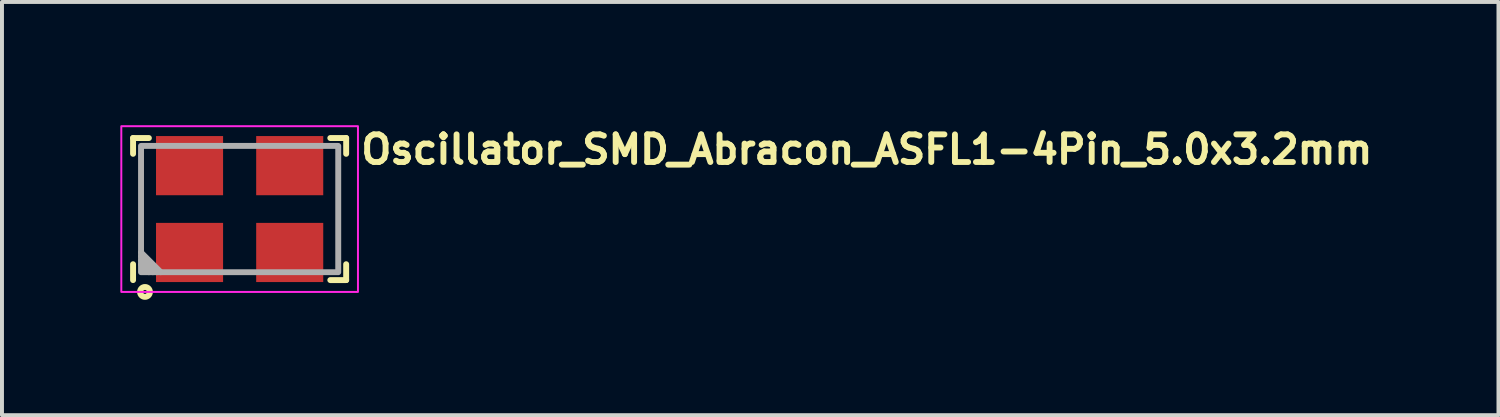
<source format=kicad_pcb>
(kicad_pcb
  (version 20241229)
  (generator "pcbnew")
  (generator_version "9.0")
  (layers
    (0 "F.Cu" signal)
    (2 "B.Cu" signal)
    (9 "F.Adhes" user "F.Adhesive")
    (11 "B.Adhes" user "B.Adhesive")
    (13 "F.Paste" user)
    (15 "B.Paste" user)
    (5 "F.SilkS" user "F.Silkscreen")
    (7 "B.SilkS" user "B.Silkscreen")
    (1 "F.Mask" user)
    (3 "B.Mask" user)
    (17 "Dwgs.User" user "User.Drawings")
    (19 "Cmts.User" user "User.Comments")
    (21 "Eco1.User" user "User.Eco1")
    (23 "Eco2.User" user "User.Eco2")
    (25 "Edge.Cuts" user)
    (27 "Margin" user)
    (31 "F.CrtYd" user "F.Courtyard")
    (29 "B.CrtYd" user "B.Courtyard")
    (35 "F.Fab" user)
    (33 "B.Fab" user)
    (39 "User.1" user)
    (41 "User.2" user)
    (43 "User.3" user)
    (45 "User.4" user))
  (footprint "Oscillator_SMD_Abracon_ASFL1-4Pin_5.0x3.2mm"
    (layer "F.Cu")
    (at 3.025 2.25)
    (property "Reference" "Oscillator_SMD_Abracon_ASFL1-4Pin_5.0x3.2mm" (at 3 -1.1 0) (layer "F.SilkS") (effects (font (size 0.7 0.7) (thickness 0.15)) (justify left bottom)))
    (attr smd)
    (fp_line (start -2.702 -1.801) (end -2.301 -1.801) (stroke (width 0.15) (type solid)) (layer "F.SilkS"))
    (fp_line (start -2.702 -1.401) (end -2.702 -1.801) (stroke (width 0.15) (type solid)) (layer "F.SilkS"))
    (fp_line (start -2.702 1.8) (end -2.702 1.398) (stroke (width 0.15) (type solid)) (layer "F.SilkS"))
    (fp_line (start 2.298 -1.801) (end 2.7 -1.801) (stroke (width 0.15) (type solid)) (layer "F.SilkS"))
    (fp_line (start 2.7 -1.801) (end 2.7 -1.401) (stroke (width 0.15) (type solid)) (layer "F.SilkS"))
    (fp_line (start 2.7 1.398) (end 2.7 1.8) (stroke (width 0.15) (type solid)) (layer "F.SilkS"))
    (fp_line (start 2.7 1.8) (end 2.298 1.8) (stroke (width 0.15) (type solid)) (layer "F.SilkS"))
    (fp_circle (center -2.4 2.1) (end -2.35 2.1) (stroke (width 0.15) (type solid)) (fill no) (layer "F.SilkS"))
    (fp_rect (start -3 -2.101) (end 2.999 2.1) (stroke (width 0.05) (type solid)) (fill no) (layer "F.CrtYd"))
    (fp_line (start -2.3 1.6) (end -2.5 1.4) (stroke (width 0.15) (type solid)) (layer "F.Fab"))
    (fp_line (start -2.2 1.6) (end -2.5 1.3) (stroke (width 0.15) (type solid)) (layer "F.Fab"))
    (fp_line (start -2.1 1.6) (end -2.5 1.2) (stroke (width 0.15) (type solid)) (layer "F.Fab"))
    (fp_line (start -2 1.6) (end -2.5 1.1) (stroke (width 0.15) (type solid)) (layer "F.Fab"))
    (fp_rect (start -2.5 -1.601) (end 2.499 1.6) (stroke (width 0.15) (type solid)) (fill no) (layer "F.Fab"))
    (fp_rect (start -2.5 -1.601) (end 2.499 1.6) (stroke (width 0.1) (type solid)) (fill no) (layer "User.5"))
    (fp_line (start -2.5 -1.476) (end -2.5 1.475) (stroke (width 0.02) (type solid)) (layer "User.9"))
    (fp_line (start -2.5 1.475) (end -2.495 1.475) (stroke (width 0.02) (type solid)) (layer "User.9"))
    (fp_line (start -2.495 -1.476) (end -2.5 -1.476) (stroke (width 0.02) (type solid)) (layer "User.9"))
    (fp_line (start -2.495 1.475) (end -2.488 1.475) (stroke (width 0.02) (type solid)) (layer "User.9"))
    (fp_line (start -2.488 -1.476) (end -2.495 -1.476) (stroke (width 0.02) (type solid)) (layer "User.9"))
    (fp_line (start -2.488 1.475) (end -2.483 1.475) (stroke (width 0.02) (type solid)) (layer "User.9"))
    (fp_line (start -2.483 -1.478) (end -2.488 -1.476) (stroke (width 0.02) (type solid)) (layer "User.9"))
    (fp_line (start -2.483 1.475) (end -2.476 1.477) (stroke (width 0.02) (type solid)) (layer "User.9"))
    (fp_line (start -2.476 -1.478) (end -2.483 -1.478) (stroke (width 0.02) (type solid)) (layer "User.9"))
    (fp_line (start -2.476 1.477) (end -2.471 1.477) (stroke (width 0.02) (type solid)) (layer "User.9"))
    (fp_line (start -2.471 -1.48) (end -2.476 -1.478) (stroke (width 0.02) (type solid)) (layer "User.9"))
    (fp_line (start -2.471 1.477) (end -2.464 1.479) (stroke (width 0.02) (type solid)) (layer "User.9"))
    (fp_line (start -2.464 -1.482) (end -2.471 -1.48) (stroke (width 0.02) (type solid)) (layer "User.9"))
    (fp_line (start -2.464 1.479) (end -2.459 1.481) (stroke (width 0.02) (type solid)) (layer "User.9"))
    (fp_line (start -2.459 -1.484) (end -2.464 -1.482) (stroke (width 0.02) (type solid)) (layer "User.9"))
    (fp_line (start -2.459 1.481) (end -2.453 1.483) (stroke (width 0.02) (type solid)) (layer "User.9"))
    (fp_line (start -2.453 -1.486) (end -2.459 -1.484) (stroke (width 0.02) (type solid)) (layer "User.9"))
    (fp_line (start -2.453 1.483) (end -2.448 1.485) (stroke (width 0.02) (type solid)) (layer "User.9"))
    (fp_line (start -2.448 -1.488) (end -2.453 -1.486) (stroke (width 0.02) (type solid)) (layer "User.9"))
    (fp_line (start -2.448 1.485) (end -2.443 1.489) (stroke (width 0.02) (type solid)) (layer "User.9"))
    (fp_line (start -2.443 -1.49) (end -2.448 -1.488) (stroke (width 0.02) (type solid)) (layer "User.9"))
    (fp_line (start -2.443 1.489) (end -2.436 1.491) (stroke (width 0.02) (type solid)) (layer "User.9"))
    (fp_line (start -2.436 -1.494) (end -2.443 -1.49) (stroke (width 0.02) (type solid)) (layer "User.9"))
    (fp_line (start -2.436 1.491) (end -2.431 1.495) (stroke (width 0.02) (type solid)) (layer "User.9"))
    (fp_line (start -2.431 -1.498) (end -2.436 -1.494) (stroke (width 0.02) (type solid)) (layer "User.9"))
    (fp_line (start -2.431 1.495) (end -2.427 1.499) (stroke (width 0.02) (type solid)) (layer "User.9"))
    (fp_line (start -2.427 -1.5) (end -2.431 -1.498) (stroke (width 0.02) (type solid)) (layer "User.9"))
    (fp_line (start -2.427 1.499) (end -2.422 1.503) (stroke (width 0.02) (type solid)) (layer "User.9"))
    (fp_line (start -2.426 -1.408) (end -2.426 -1.403) (stroke (width 0.02) (type solid)) (layer "User.9"))
    (fp_line (start -2.426 -1.403) (end -2.426 -1.395) (stroke (width 0.02) (type solid)) (layer "User.9"))
    (fp_line (start -2.426 -1.395) (end -2.426 1.398) (stroke (width 0.02) (type solid)) (layer "User.9"))
    (fp_line (start -2.426 1.398) (end -2.426 1.406) (stroke (width 0.02) (type solid)) (layer "User.9"))
    (fp_line (start -2.426 1.406) (end -2.426 1.411) (stroke (width 0.02) (type solid)) (layer "User.9"))
    (fp_line (start -2.426 1.411) (end -2.424 1.417) (stroke (width 0.02) (type solid)) (layer "User.9"))
    (fp_line (start -2.424 -1.414) (end -2.426 -1.408) (stroke (width 0.02) (type solid)) (layer "User.9"))
    (fp_line (start -2.424 1.417) (end -2.423 1.423) (stroke (width 0.02) (type solid)) (layer "User.9"))
    (fp_line (start -2.423 -1.426) (end -2.423 -1.42) (stroke (width 0.02) (type solid)) (layer "User.9"))
    (fp_line (start -2.423 -1.42) (end -2.424 -1.414) (stroke (width 0.02) (type solid)) (layer "User.9"))
    (fp_line (start -2.423 1.423) (end -2.423 1.429) (stroke (width 0.02) (type solid)) (layer "User.9"))
    (fp_line (start -2.423 1.429) (end -2.42 1.435) (stroke (width 0.02) (type solid)) (layer "User.9"))
    (fp_line (start -2.422 -1.504) (end -2.427 -1.5) (stroke (width 0.02) (type solid)) (layer "User.9"))
    (fp_line (start -2.422 1.503) (end -2.418 1.507) (stroke (width 0.02) (type solid)) (layer "User.9"))
    (fp_line (start -2.42 -1.432) (end -2.423 -1.426) (stroke (width 0.02) (type solid)) (layer "User.9"))
    (fp_line (start -2.42 1.435) (end -2.419 1.441) (stroke (width 0.02) (type solid)) (layer "User.9"))
    (fp_line (start -2.419 -1.438) (end -2.42 -1.432) (stroke (width 0.02) (type solid)) (layer "User.9"))
    (fp_line (start -2.419 1.441) (end -2.416 1.447) (stroke (width 0.02) (type solid)) (layer "User.9"))
    (fp_line (start -2.418 -1.508) (end -2.422 -1.504) (stroke (width 0.02) (type solid)) (layer "User.9"))
    (fp_line (start -2.418 1.507) (end -2.412 1.511) (stroke (width 0.02) (type solid)) (layer "User.9"))
    (fp_line (start -2.416 -1.444) (end -2.419 -1.438) (stroke (width 0.02) (type solid)) (layer "User.9"))
    (fp_line (start -2.416 1.447) (end -2.415 1.453) (stroke (width 0.02) (type solid)) (layer "User.9"))
    (fp_line (start -2.415 -1.45) (end -2.416 -1.444) (stroke (width 0.02) (type solid)) (layer "User.9"))
    (fp_line (start -2.415 1.453) (end -2.411 1.457) (stroke (width 0.02) (type solid)) (layer "User.9"))
    (fp_line (start -2.412 -1.512) (end -2.418 -1.508) (stroke (width 0.02) (type solid)) (layer "User.9"))
    (fp_line (start -2.412 -1.512) (end -2.412 -1.512) (stroke (width 0.02) (type solid)) (layer "User.9"))
    (fp_line (start -2.412 1.511) (end -2.412 1.511) (stroke (width 0.02) (type solid)) (layer "User.9"))
    (fp_line (start -2.412 1.511) (end -2.408 1.515) (stroke (width 0.02) (type solid)) (layer "User.9"))
    (fp_line (start -2.411 -1.454) (end -2.415 -1.45) (stroke (width 0.02) (type solid)) (layer "User.9"))
    (fp_line (start -2.411 1.457) (end -2.408 1.463) (stroke (width 0.02) (type solid)) (layer "User.9"))
    (fp_line (start -2.408 -1.518) (end -2.412 -1.512) (stroke (width 0.02) (type solid)) (layer "User.9"))
    (fp_line (start -2.408 -1.46) (end -2.411 -1.454) (stroke (width 0.02) (type solid)) (layer "User.9"))
    (fp_line (start -2.408 1.463) (end -2.404 1.469) (stroke (width 0.02) (type solid)) (layer "User.9"))
    (fp_line (start -2.408 1.515) (end -2.404 1.519) (stroke (width 0.02) (type solid)) (layer "User.9"))
    (fp_line (start -2.404 -1.522) (end -2.408 -1.518) (stroke (width 0.02) (type solid)) (layer "User.9"))
    (fp_line (start -2.404 -1.466) (end -2.408 -1.46) (stroke (width 0.02) (type solid)) (layer "User.9"))
    (fp_line (start -2.404 1.469) (end -2.402 1.473) (stroke (width 0.02) (type solid)) (layer "User.9"))
    (fp_line (start -2.404 1.519) (end -2.4 1.525) (stroke (width 0.02) (type solid)) (layer "User.9"))
    (fp_line (start -2.402 -1.47) (end -2.404 -1.466) (stroke (width 0.02) (type solid)) (layer "User.9"))
    (fp_line (start -2.402 1.473) (end -2.398 1.479) (stroke (width 0.02) (type solid)) (layer "User.9"))
    (fp_line (start -2.4 -1.526) (end -2.404 -1.522) (stroke (width 0.02) (type solid)) (layer "User.9"))
    (fp_line (start -2.4 1.525) (end -2.398 1.529) (stroke (width 0.02) (type solid)) (layer "User.9"))
    (fp_line (start -2.398 -1.532) (end -2.4 -1.526) (stroke (width 0.02) (type solid)) (layer "User.9"))
    (fp_line (start -2.398 -1.476) (end -2.402 -1.47) (stroke (width 0.02) (type solid)) (layer "User.9"))
    (fp_line (start -2.398 1.479) (end -2.394 1.483) (stroke (width 0.02) (type solid)) (layer "User.9"))
    (fp_line (start -2.398 1.529) (end -2.394 1.535) (stroke (width 0.02) (type solid)) (layer "User.9"))
    (fp_line (start -2.394 -1.536) (end -2.398 -1.532) (stroke (width 0.02) (type solid)) (layer "User.9"))
    (fp_line (start -2.394 -1.48) (end -2.398 -1.476) (stroke (width 0.02) (type solid)) (layer "User.9"))
    (fp_line (start -2.394 1.483) (end -2.39 1.487) (stroke (width 0.02) (type solid)) (layer "User.9"))
    (fp_line (start -2.394 1.535) (end -2.391 1.54) (stroke (width 0.02) (type solid)) (layer "User.9"))
    (fp_line (start -2.391 -1.543) (end -2.394 -1.536) (stroke (width 0.02) (type solid)) (layer "User.9"))
    (fp_line (start -2.391 1.54) (end -2.387 1.546) (stroke (width 0.02) (type solid)) (layer "User.9"))
    (fp_line (start -2.39 -1.484) (end -2.394 -1.48) (stroke (width 0.02) (type solid)) (layer "User.9"))
    (fp_line (start -2.39 -1.484) (end -2.39 -1.484) (stroke (width 0.02) (type solid)) (layer "User.9"))
    (fp_line (start -2.39 1.487) (end -2.39 1.487) (stroke (width 0.02) (type solid)) (layer "User.9"))
    (fp_line (start -2.39 1.487) (end -2.384 1.491) (stroke (width 0.02) (type solid)) (layer "User.9"))
    (fp_line (start -2.387 -1.547) (end -2.391 -1.543) (stroke (width 0.02) (type solid)) (layer "User.9"))
    (fp_line (start -2.387 1.546) (end -2.386 1.552) (stroke (width 0.02) (type solid)) (layer "User.9"))
    (fp_line (start -2.386 -1.553) (end -2.387 -1.547) (stroke (width 0.02) (type solid)) (layer "User.9"))
    (fp_line (start -2.386 1.552) (end -2.383 1.556) (stroke (width 0.02) (type solid)) (layer "User.9"))
    (fp_line (start -2.384 -1.488) (end -2.39 -1.484) (stroke (width 0.02) (type solid)) (layer "User.9"))
    (fp_line (start -2.384 1.491) (end -2.38 1.495) (stroke (width 0.02) (type solid)) (layer "User.9"))
    (fp_line (start -2.383 -1.559) (end -2.386 -1.553) (stroke (width 0.02) (type solid)) (layer "User.9"))
    (fp_line (start -2.383 1.556) (end -2.382 1.562) (stroke (width 0.02) (type solid)) (layer "User.9"))
    (fp_line (start -2.382 -1.565) (end -2.383 -1.559) (stroke (width 0.02) (type solid)) (layer "User.9"))
    (fp_line (start -2.382 1.562) (end -2.379 1.568) (stroke (width 0.02) (type solid)) (layer "User.9"))
    (fp_line (start -2.38 -1.492) (end -2.384 -1.488) (stroke (width 0.02) (type solid)) (layer "User.9"))
    (fp_line (start -2.38 1.495) (end -2.375 1.499) (stroke (width 0.02) (type solid)) (layer "User.9"))
    (fp_line (start -2.379 -1.577) (end -2.379 -1.571) (stroke (width 0.02) (type solid)) (layer "User.9"))
    (fp_line (start -2.379 -1.571) (end -2.382 -1.565) (stroke (width 0.02) (type solid)) (layer "User.9"))
    (fp_line (start -2.379 1.568) (end -2.379 1.574) (stroke (width 0.02) (type solid)) (layer "User.9"))
    (fp_line (start -2.379 1.574) (end -2.378 1.58) (stroke (width 0.02) (type solid)) (layer "User.9"))
    (fp_line (start -2.378 -1.583) (end -2.379 -1.577) (stroke (width 0.02) (type solid)) (layer "User.9"))
    (fp_line (start -2.378 1.58) (end -2.376 1.586) (stroke (width 0.02) (type solid)) (layer "User.9"))
    (fp_line (start -2.376 -1.595) (end -2.376 -1.589) (stroke (width 0.02) (type solid)) (layer "User.9"))
    (fp_line (start -2.376 -1.589) (end -2.378 -1.583) (stroke (width 0.02) (type solid)) (layer "User.9"))
    (fp_line (start -2.376 1.586) (end -2.376 1.592) (stroke (width 0.02) (type solid)) (layer "User.9"))
    (fp_line (start -2.376 1.592) (end -2.375 1.6) (stroke (width 0.02) (type solid)) (layer "User.9"))
    (fp_line (start -2.375 -1.601) (end -2.376 -1.595) (stroke (width 0.02) (type solid)) (layer "User.9"))
    (fp_line (start -2.375 -1.496) (end -2.38 -1.492) (stroke (width 0.02) (type solid)) (layer "User.9"))
    (fp_line (start -2.375 1.499) (end -2.371 1.503) (stroke (width 0.02) (type solid)) (layer "User.9"))
    (fp_line (start -2.375 1.6) (end -1.401 1.6) (stroke (width 0.02) (type solid)) (layer "User.9"))
    (fp_line (start -2.371 -1.5) (end -2.375 -1.496) (stroke (width 0.02) (type solid)) (layer "User.9"))
    (fp_line (start -2.371 1.503) (end -2.366 1.507) (stroke (width 0.02) (type solid)) (layer "User.9"))
    (fp_line (start -2.366 -1.504) (end -2.371 -1.5) (stroke (width 0.02) (type solid)) (layer "User.9"))
    (fp_line (start -2.366 1.507) (end -2.359 1.509) (stroke (width 0.02) (type solid)) (layer "User.9"))
    (fp_line (start -2.359 -1.506) (end -2.366 -1.504) (stroke (width 0.02) (type solid)) (layer "User.9"))
    (fp_line (start -2.359 1.509) (end -2.355 1.513) (stroke (width 0.02) (type solid)) (layer "User.9"))
    (fp_line (start -2.355 -1.51) (end -2.359 -1.506) (stroke (width 0.02) (type solid)) (layer "User.9"))
    (fp_line (start -2.355 1.513) (end -2.348 1.515) (stroke (width 0.02) (type solid)) (layer "User.9"))
    (fp_line (start -2.351 -1.339) (end -2.351 -1.333) (stroke (width 0.02) (type solid)) (layer "User.9"))
    (fp_line (start -2.351 -1.333) (end -2.351 -1.325) (stroke (width 0.02) (type solid)) (layer "User.9"))
    (fp_line (start -2.351 -1.325) (end -2.351 1.324) (stroke (width 0.02) (type solid)) (layer "User.9"))
    (fp_line (start -2.351 1.324) (end -2.351 1.33) (stroke (width 0.02) (type solid)) (layer "User.9"))
    (fp_line (start -2.351 1.33) (end -2.351 1.336) (stroke (width 0.02) (type solid)) (layer "User.9"))
    (fp_line (start -2.351 1.336) (end -2.35 1.342) (stroke (width 0.02) (type solid)) (layer "User.9"))
    (fp_line (start -2.35 -1.345) (end -2.351 -1.339) (stroke (width 0.02) (type solid)) (layer "User.9"))
    (fp_line (start -2.35 1.342) (end -2.348 1.348) (stroke (width 0.02) (type solid)) (layer "User.9"))
    (fp_line (start -2.348 -1.512) (end -2.355 -1.51) (stroke (width 0.02) (type solid)) (layer "User.9"))
    (fp_line (start -2.348 -1.351) (end -2.35 -1.345) (stroke (width 0.02) (type solid)) (layer "User.9"))
    (fp_line (start -2.348 1.348) (end -2.347 1.354) (stroke (width 0.02) (type solid)) (layer "User.9"))
    (fp_line (start -2.348 1.515) (end -2.343 1.517) (stroke (width 0.02) (type solid)) (layer "User.9"))
    (fp_line (start -2.347 -1.357) (end -2.348 -1.351) (stroke (width 0.02) (type solid)) (layer "User.9"))
    (fp_line (start -2.347 1.354) (end -2.346 1.36) (stroke (width 0.02) (type solid)) (layer "User.9"))
    (fp_line (start -2.346 -1.363) (end -2.347 -1.357) (stroke (width 0.02) (type solid)) (layer "User.9"))
    (fp_line (start -2.346 1.36) (end -2.343 1.366) (stroke (width 0.02) (type solid)) (layer "User.9"))
    (fp_line (start -2.343 -1.514) (end -2.348 -1.512) (stroke (width 0.02) (type solid)) (layer "User.9"))
    (fp_line (start -2.343 -1.369) (end -2.346 -1.363) (stroke (width 0.02) (type solid)) (layer "User.9"))
    (fp_line (start -2.343 1.366) (end -2.342 1.372) (stroke (width 0.02) (type solid)) (layer "User.9"))
    (fp_line (start -2.343 1.517) (end -2.338 1.519) (stroke (width 0.02) (type solid)) (layer "User.9"))
    (fp_line (start -2.342 -1.373) (end -2.343 -1.369) (stroke (width 0.02) (type solid)) (layer "User.9"))
    (fp_line (start -2.342 1.372) (end -2.339 1.378) (stroke (width 0.02) (type solid)) (layer "User.9"))
    (fp_line (start -2.339 -1.379) (end -2.342 -1.373) (stroke (width 0.02) (type solid)) (layer "User.9"))
    (fp_line (start -2.339 1.378) (end -2.336 1.382) (stroke (width 0.02) (type solid)) (layer "User.9"))
    (fp_line (start -2.338 -1.516) (end -2.343 -1.514) (stroke (width 0.02) (type solid)) (layer "User.9"))
    (fp_line (start -2.338 1.519) (end -2.331 1.521) (stroke (width 0.02) (type solid)) (layer "User.9"))
    (fp_line (start -2.336 -1.385) (end -2.339 -1.379) (stroke (width 0.02) (type solid)) (layer "User.9"))
    (fp_line (start -2.336 1.382) (end -2.334 1.388) (stroke (width 0.02) (type solid)) (layer "User.9"))
    (fp_line (start -2.334 -1.391) (end -2.336 -1.385) (stroke (width 0.02) (type solid)) (layer "User.9"))
    (fp_line (start -2.334 1.388) (end -2.33 1.394) (stroke (width 0.02) (type solid)) (layer "User.9"))
    (fp_line (start -2.331 -1.518) (end -2.338 -1.516) (stroke (width 0.02) (type solid)) (layer "User.9"))
    (fp_line (start -2.331 1.521) (end -2.326 1.521) (stroke (width 0.02) (type solid)) (layer "User.9"))
    (fp_line (start -2.33 -1.395) (end -2.334 -1.391) (stroke (width 0.02) (type solid)) (layer "User.9"))
    (fp_line (start -2.33 1.394) (end -2.327 1.398) (stroke (width 0.02) (type solid)) (layer "User.9"))
    (fp_line (start -2.327 -1.401) (end -2.33 -1.395) (stroke (width 0.02) (type solid)) (layer "User.9"))
    (fp_line (start -2.327 1.398) (end -2.323 1.404) (stroke (width 0.02) (type solid)) (layer "User.9"))
    (fp_line (start -2.326 -1.518) (end -2.331 -1.518) (stroke (width 0.02) (type solid)) (layer "User.9"))
    (fp_line (start -2.326 1.521) (end -2.319 1.523) (stroke (width 0.02) (type solid)) (layer "User.9"))
    (fp_line (start -2.323 -1.405) (end -2.327 -1.401) (stroke (width 0.02) (type solid)) (layer "User.9"))
    (fp_line (start -2.323 1.404) (end -2.319 1.407) (stroke (width 0.02) (type solid)) (layer "User.9"))
    (fp_line (start -2.319 -1.52) (end -2.326 -1.518) (stroke (width 0.02) (type solid)) (layer "User.9"))
    (fp_line (start -2.319 -1.41) (end -2.323 -1.405) (stroke (width 0.02) (type solid)) (layer "User.9"))
    (fp_line (start -2.319 1.407) (end -2.315 1.413) (stroke (width 0.02) (type solid)) (layer "User.9"))
    (fp_line (start -2.319 1.523) (end -2.314 1.523) (stroke (width 0.02) (type solid)) (layer "User.9"))
    (fp_line (start -2.315 -1.414) (end -2.319 -1.41) (stroke (width 0.02) (type solid)) (layer "User.9"))
    (fp_line (start -2.315 -1.414) (end -2.315 -1.414) (stroke (width 0.02) (type solid)) (layer "User.9"))
    (fp_line (start -2.315 1.413) (end -2.315 1.413) (stroke (width 0.02) (type solid)) (layer "User.9"))
    (fp_line (start -2.315 1.413) (end -2.31 1.417) (stroke (width 0.02) (type solid)) (layer "User.9"))
    (fp_line (start -2.314 -1.52) (end -2.319 -1.52) (stroke (width 0.02) (type solid)) (layer "User.9"))
    (fp_line (start -2.314 1.523) (end -2.307 1.523) (stroke (width 0.02) (type solid)) (layer "User.9"))
    (fp_line (start -2.31 -1.418) (end -2.315 -1.414) (stroke (width 0.02) (type solid)) (layer "User.9"))
    (fp_line (start -2.31 1.417) (end -2.306 1.421) (stroke (width 0.02) (type solid)) (layer "User.9"))
    (fp_line (start -2.307 -1.52) (end -2.314 -1.52) (stroke (width 0.02) (type solid)) (layer "User.9"))
    (fp_line (start -2.307 1.523) (end -2.301 1.523) (stroke (width 0.02) (type solid)) (layer "User.9"))
    (fp_line (start -2.306 -1.422) (end -2.31 -1.418) (stroke (width 0.02) (type solid)) (layer "User.9"))
    (fp_line (start -2.306 1.421) (end -2.301 1.425) (stroke (width 0.02) (type solid)) (layer "User.9"))
    (fp_line (start -2.301 -1.52) (end -2.307 -1.52) (stroke (width 0.02) (type solid)) (layer "User.9"))
    (fp_line (start -2.301 -1.426) (end -2.306 -1.422) (stroke (width 0.02) (type solid)) (layer "User.9"))
    (fp_line (start -2.301 1.425) (end -2.295 1.427) (stroke (width 0.02) (type solid)) (layer "User.9"))
    (fp_line (start -2.301 1.523) (end -1.381 1.523) (stroke (width 0.02) (type solid)) (layer "User.9"))
    (fp_line (start -2.295 -1.43) (end -2.301 -1.426) (stroke (width 0.02) (type solid)) (layer "User.9"))
    (fp_line (start -2.295 1.427) (end -2.29 1.431) (stroke (width 0.02) (type solid)) (layer "User.9"))
    (fp_line (start -2.29 -1.434) (end -2.295 -1.43) (stroke (width 0.02) (type solid)) (layer "User.9"))
    (fp_line (start -2.29 1.431) (end -2.285 1.435) (stroke (width 0.02) (type solid)) (layer "User.9"))
    (fp_line (start -2.285 -1.436) (end -2.29 -1.434) (stroke (width 0.02) (type solid)) (layer "User.9"))
    (fp_line (start -2.285 1.435) (end -2.279 1.437) (stroke (width 0.02) (type solid)) (layer "User.9"))
    (fp_line (start -2.279 -1.44) (end -2.285 -1.436) (stroke (width 0.02) (type solid)) (layer "User.9"))
    (fp_line (start -2.279 1.437) (end -2.274 1.439) (stroke (width 0.02) (type solid)) (layer "User.9"))
    (fp_line (start -2.274 -1.442) (end -2.279 -1.44) (stroke (width 0.02) (type solid)) (layer "User.9"))
    (fp_line (start -2.274 1.439) (end -2.269 1.441) (stroke (width 0.02) (type solid)) (layer "User.9"))
    (fp_line (start -2.269 -1.444) (end -2.274 -1.442) (stroke (width 0.02) (type solid)) (layer "User.9"))
    (fp_line (start -2.269 1.441) (end -2.262 1.443) (stroke (width 0.02) (type solid)) (layer "User.9"))
    (fp_line (start -2.262 -1.446) (end -2.269 -1.444) (stroke (width 0.02) (type solid)) (layer "User.9"))
    (fp_line (start -2.262 1.443) (end -2.257 1.445) (stroke (width 0.02) (type solid)) (layer "User.9"))
    (fp_line (start -2.257 -1.448) (end -2.262 -1.446) (stroke (width 0.02) (type solid)) (layer "User.9"))
    (fp_line (start -2.257 1.445) (end -2.25 1.447) (stroke (width 0.02) (type solid)) (layer "User.9"))
    (fp_line (start -2.25 -1.448) (end -2.257 -1.448) (stroke (width 0.02) (type solid)) (layer "User.9"))
    (fp_line (start -2.25 1.447) (end -2.245 1.447) (stroke (width 0.02) (type solid)) (layer "User.9"))
    (fp_line (start -2.245 -1.45) (end -2.25 -1.448) (stroke (width 0.02) (type solid)) (layer "User.9"))
    (fp_line (start -2.245 1.447) (end -2.238 1.449) (stroke (width 0.02) (type solid)) (layer "User.9"))
    (fp_line (start -2.238 -1.45) (end -2.245 -1.45) (stroke (width 0.02) (type solid)) (layer "User.9"))
    (fp_line (start -2.238 1.449) (end -2.233 1.449) (stroke (width 0.02) (type solid)) (layer "User.9"))
    (fp_line (start -2.233 -1.45) (end -2.238 -1.45) (stroke (width 0.02) (type solid)) (layer "User.9"))
    (fp_line (start -2.233 1.449) (end -2.226 1.449) (stroke (width 0.02) (type solid)) (layer "User.9"))
    (fp_line (start -2.226 -1.45) (end -2.233 -1.45) (stroke (width 0.02) (type solid)) (layer "User.9"))
    (fp_line (start -2.226 1.449) (end 2.225 1.449) (stroke (width 0.02) (type solid)) (layer "User.9"))
    (fp_line (start -1.43 0.343) (end -1.053 -0.452) (stroke (width 0.02) (type solid)) (layer "User.9"))
    (fp_line (start -1.401 -1.601) (end -2.375 -1.601) (stroke (width 0.02) (type solid)) (layer "User.9"))
    (fp_line (start -1.401 -1.601) (end -1.401 -1.595) (stroke (width 0.02) (type solid)) (layer "User.9"))
    (fp_line (start -1.401 -1.595) (end -1.401 -1.591) (stroke (width 0.02) (type solid)) (layer "User.9"))
    (fp_line (start -1.401 -1.591) (end -1.401 -1.585) (stroke (width 0.02) (type solid)) (layer "User.9"))
    (fp_line (start -1.401 -1.585) (end -1.399 -1.579) (stroke (width 0.02) (type solid)) (layer "User.9"))
    (fp_line (start -1.401 1.584) (end -1.401 1.59) (stroke (width 0.02) (type solid)) (layer "User.9"))
    (fp_line (start -1.401 1.59) (end -1.401 1.594) (stroke (width 0.02) (type solid)) (layer "User.9"))
    (fp_line (start -1.401 1.594) (end -1.401 1.6) (stroke (width 0.02) (type solid)) (layer "User.9"))
    (fp_line (start -1.399 -1.579) (end -1.399 -1.575) (stroke (width 0.02) (type solid)) (layer "User.9"))
    (fp_line (start -1.399 -1.575) (end -1.397 -1.569) (stroke (width 0.02) (type solid)) (layer "User.9"))
    (fp_line (start -1.399 1.57) (end -1.399 1.574) (stroke (width 0.02) (type solid)) (layer "User.9"))
    (fp_line (start -1.399 1.574) (end -1.399 1.58) (stroke (width 0.02) (type solid)) (layer "User.9"))
    (fp_line (start -1.399 1.58) (end -1.401 1.584) (stroke (width 0.02) (type solid)) (layer "User.9"))
    (fp_line (start -1.397 -1.569) (end -1.397 -1.565) (stroke (width 0.02) (type solid)) (layer "User.9"))
    (fp_line (start -1.397 -1.565) (end -1.395 -1.559) (stroke (width 0.02) (type solid)) (layer "User.9"))
    (fp_line (start -1.397 1.564) (end -1.399 1.57) (stroke (width 0.02) (type solid)) (layer "User.9"))
    (fp_line (start -1.395 -1.559) (end -1.393 -1.555) (stroke (width 0.02) (type solid)) (layer "User.9"))
    (fp_line (start -1.395 1.556) (end -1.395 1.56) (stroke (width 0.02) (type solid)) (layer "User.9"))
    (fp_line (start -1.395 1.56) (end -1.397 1.564) (stroke (width 0.02) (type solid)) (layer "User.9"))
    (fp_line (start -1.393 -1.555) (end -1.391 -1.549) (stroke (width 0.02) (type solid)) (layer "User.9"))
    (fp_line (start -1.393 1.55) (end -1.395 1.556) (stroke (width 0.02) (type solid)) (layer "User.9"))
    (fp_line (start -1.391 -1.549) (end -1.389 -1.545) (stroke (width 0.02) (type solid)) (layer "User.9"))
    (fp_line (start -1.391 1.546) (end -1.393 1.55) (stroke (width 0.02) (type solid)) (layer "User.9"))
    (fp_line (start -1.389 -1.545) (end -1.387 -1.539) (stroke (width 0.02) (type solid)) (layer "User.9"))
    (fp_line (start -1.389 1.542) (end -1.391 1.546) (stroke (width 0.02) (type solid)) (layer "User.9"))
    (fp_line (start -1.387 -1.539) (end -1.385 -1.534) (stroke (width 0.02) (type solid)) (layer "User.9"))
    (fp_line (start -1.387 1.538) (end -1.389 1.542) (stroke (width 0.02) (type solid)) (layer "User.9"))
    (fp_line (start -1.385 -1.534) (end -1.383 -1.53) (stroke (width 0.02) (type solid)) (layer "User.9"))
    (fp_line (start -1.385 1.533) (end -1.387 1.538) (stroke (width 0.02) (type solid)) (layer "User.9"))
    (fp_line (start -1.383 -1.53) (end -1.381 -1.526) (stroke (width 0.02) (type solid)) (layer "User.9"))
    (fp_line (start -1.383 1.529) (end -1.385 1.533) (stroke (width 0.02) (type solid)) (layer "User.9"))
    (fp_line (start -1.381 -1.526) (end -1.377 -1.52) (stroke (width 0.02) (type solid)) (layer "User.9"))
    (fp_line (start -1.381 1.523) (end -1.383 1.529) (stroke (width 0.02) (type solid)) (layer "User.9"))
    (fp_line (start -1.377 -1.52) (end -2.301 -1.52) (stroke (width 0.02) (type solid)) (layer "User.9"))
    (fp_line (start -1.377 -1.52) (end -1.375 -1.516) (stroke (width 0.02) (type solid)) (layer "User.9"))
    (fp_line (start -1.375 -1.516) (end -1.373 -1.514) (stroke (width 0.02) (type solid)) (layer "User.9"))
    (fp_line (start -1.375 1.515) (end -1.381 1.523) (stroke (width 0.02) (type solid)) (layer "User.9"))
    (fp_line (start -1.373 -1.514) (end -1.369 -1.51) (stroke (width 0.02) (type solid)) (layer "User.9"))
    (fp_line (start -1.369 -1.51) (end -1.367 -1.506) (stroke (width 0.02) (type solid)) (layer "User.9"))
    (fp_line (start -1.369 1.507) (end -1.375 1.515) (stroke (width 0.02) (type solid)) (layer "User.9"))
    (fp_line (start -1.367 -1.506) (end -1.361 -1.498) (stroke (width 0.02) (type solid)) (layer "User.9"))
    (fp_line (start -1.363 1.499) (end -1.369 1.507) (stroke (width 0.02) (type solid)) (layer "User.9"))
    (fp_line (start -1.361 -1.498) (end -1.353 -1.492) (stroke (width 0.02) (type solid)) (layer "User.9"))
    (fp_line (start -1.357 1.493) (end -1.363 1.499) (stroke (width 0.02) (type solid)) (layer "User.9"))
    (fp_line (start -1.353 -1.492) (end -1.347 -1.486) (stroke (width 0.02) (type solid)) (layer "User.9"))
    (fp_line (start -1.351 0.343) (end -1.43 0.343) (stroke (width 0.02) (type solid)) (layer "User.9"))
    (fp_line (start -1.349 1.487) (end -1.357 1.493) (stroke (width 0.02) (type solid)) (layer "User.9"))
    (fp_line (start -1.347 -1.486) (end -1.339 -1.48) (stroke (width 0.02) (type solid)) (layer "User.9"))
    (fp_line (start -1.343 1.479) (end -1.349 1.487) (stroke (width 0.02) (type solid)) (layer "User.9"))
    (fp_line (start -1.339 -1.48) (end -1.331 -1.474) (stroke (width 0.02) (type solid)) (layer "User.9"))
    (fp_line (start -1.335 1.475) (end -1.343 1.479) (stroke (width 0.02) (type solid)) (layer "User.9"))
    (fp_line (start -1.331 -1.474) (end -1.323 -1.47) (stroke (width 0.02) (type solid)) (layer "User.9"))
    (fp_line (start -1.325 1.469) (end -1.335 1.475) (stroke (width 0.02) (type solid)) (layer "User.9"))
    (fp_line (start -1.323 -1.47) (end -1.315 -1.466) (stroke (width 0.02) (type solid)) (layer "User.9"))
    (fp_line (start -1.317 1.465) (end -1.325 1.469) (stroke (width 0.02) (type solid)) (layer "User.9"))
    (fp_line (start -1.315 -1.466) (end -1.307 -1.462) (stroke (width 0.02) (type solid)) (layer "User.9"))
    (fp_line (start -1.309 1.461) (end -1.317 1.465) (stroke (width 0.02) (type solid)) (layer "User.9"))
    (fp_line (start -1.307 -1.462) (end -1.297 -1.458) (stroke (width 0.02) (type solid)) (layer "User.9"))
    (fp_line (start -1.299 1.457) (end -1.309 1.461) (stroke (width 0.02) (type solid)) (layer "User.9"))
    (fp_line (start -1.297 -1.458) (end -1.289 -1.456) (stroke (width 0.02) (type solid)) (layer "User.9"))
    (fp_line (start -1.291 1.455) (end -1.299 1.457) (stroke (width 0.02) (type solid)) (layer "User.9"))
    (fp_line (start -1.289 -1.456) (end -1.28 -1.454) (stroke (width 0.02) (type solid)) (layer "User.9"))
    (fp_line (start -1.28 -1.454) (end -1.27 -1.452) (stroke (width 0.02) (type solid)) (layer "User.9"))
    (fp_line (start -1.28 1.451) (end -1.291 1.455) (stroke (width 0.02) (type solid)) (layer "User.9"))
    (fp_line (start -1.27 -1.452) (end -1.266 -1.452) (stroke (width 0.02) (type solid)) (layer "User.9"))
    (fp_line (start -1.27 1.451) (end -1.28 1.451) (stroke (width 0.02) (type solid)) (layer "User.9"))
    (fp_line (start -1.266 -1.452) (end -1.26 -1.452) (stroke (width 0.02) (type solid)) (layer "User.9"))
    (fp_line (start -1.26 -1.452) (end -1.256 -1.452) (stroke (width 0.02) (type solid)) (layer "User.9"))
    (fp_line (start -1.26 1.449) (end -1.27 1.451) (stroke (width 0.02) (type solid)) (layer "User.9"))
    (fp_line (start -1.256 -1.452) (end -1.25 -1.45) (stroke (width 0.02) (type solid)) (layer "User.9"))
    (fp_line (start -1.25 -1.45) (end -1.242 -1.452) (stroke (width 0.02) (type solid)) (layer "User.9"))
    (fp_line (start -1.25 1.449) (end -1.26 1.449) (stroke (width 0.02) (type solid)) (layer "User.9"))
    (fp_line (start -1.246 1.449) (end -1.25 1.449) (stroke (width 0.02) (type solid)) (layer "User.9"))
    (fp_line (start -1.242 -1.452) (end -1.232 -1.452) (stroke (width 0.02) (type solid)) (layer "User.9"))
    (fp_line (start -1.242 1.449) (end -1.246 1.449) (stroke (width 0.02) (type solid)) (layer "User.9"))
    (fp_line (start -1.236 1.449) (end -1.242 1.449) (stroke (width 0.02) (type solid)) (layer "User.9"))
    (fp_line (start -1.232 -1.452) (end -1.222 -1.454) (stroke (width 0.02) (type solid)) (layer "User.9"))
    (fp_line (start -1.232 0.088) (end -1.351 0.343) (stroke (width 0.02) (type solid)) (layer "User.9"))
    (fp_line (start -1.232 1.451) (end -1.236 1.449) (stroke (width 0.02) (type solid)) (layer "User.9"))
    (fp_line (start -1.226 1.451) (end -1.232 1.451) (stroke (width 0.02) (type solid)) (layer "User.9"))
    (fp_line (start -1.222 -1.454) (end -1.214 -1.456) (stroke (width 0.02) (type solid)) (layer "User.9"))
    (fp_line (start -1.222 1.451) (end -1.226 1.451) (stroke (width 0.02) (type solid)) (layer "User.9"))
    (fp_line (start -1.216 1.453) (end -1.222 1.451) (stroke (width 0.02) (type solid)) (layer "User.9"))
    (fp_line (start -1.214 -1.456) (end -1.204 -1.458) (stroke (width 0.02) (type solid)) (layer "User.9"))
    (fp_line (start -1.212 1.455) (end -1.216 1.453) (stroke (width 0.02) (type solid)) (layer "User.9"))
    (fp_line (start -1.208 1.455) (end -1.212 1.455) (stroke (width 0.02) (type solid)) (layer "User.9"))
    (fp_line (start -1.204 -1.458) (end -1.196 -1.462) (stroke (width 0.02) (type solid)) (layer "User.9"))
    (fp_line (start -1.202 1.457) (end -1.208 1.455) (stroke (width 0.02) (type solid)) (layer "User.9"))
    (fp_line (start -1.198 1.459) (end -1.202 1.457) (stroke (width 0.02) (type solid)) (layer "User.9"))
    (fp_line (start -1.196 -1.462) (end -1.186 -1.466) (stroke (width 0.02) (type solid)) (layer "User.9"))
    (fp_line (start -1.194 1.461) (end -1.198 1.459) (stroke (width 0.02) (type solid)) (layer "User.9"))
    (fp_line (start -1.192 0.007) (end -0.909 0.007) (stroke (width 0.02) (type solid)) (layer "User.9"))
    (fp_line (start -1.188 1.463) (end -1.194 1.461) (stroke (width 0.02) (type solid)) (layer "User.9"))
    (fp_line (start -1.186 -1.466) (end -1.178 -1.47) (stroke (width 0.02) (type solid)) (layer "User.9"))
    (fp_line (start -1.184 1.465) (end -1.188 1.463) (stroke (width 0.02) (type solid)) (layer "User.9"))
    (fp_line (start -1.18 1.467) (end -1.184 1.465) (stroke (width 0.02) (type solid)) (layer "User.9"))
    (fp_line (start -1.178 -1.47) (end -1.17 -1.474) (stroke (width 0.02) (type solid)) (layer "User.9"))
    (fp_line (start -1.176 1.469) (end -1.18 1.467) (stroke (width 0.02) (type solid)) (layer "User.9"))
    (fp_line (start -1.172 1.471) (end -1.176 1.469) (stroke (width 0.02) (type solid)) (layer "User.9"))
    (fp_line (start -1.17 -1.474) (end -1.162 -1.48) (stroke (width 0.02) (type solid)) (layer "User.9"))
    (fp_line (start -1.168 1.475) (end -1.172 1.471) (stroke (width 0.02) (type solid)) (layer "User.9"))
    (fp_line (start -1.164 1.477) (end -1.168 1.475) (stroke (width 0.02) (type solid)) (layer "User.9"))
    (fp_line (start -1.162 -1.48) (end -1.156 -1.486) (stroke (width 0.02) (type solid)) (layer "User.9"))
    (fp_line (start -1.16 1.479) (end -1.164 1.477) (stroke (width 0.02) (type solid)) (layer "User.9"))
    (fp_line (start -1.156 -1.486) (end -1.149 -1.492) (stroke (width 0.02) (type solid)) (layer "User.9"))
    (fp_line (start -1.156 1.483) (end -1.16 1.479) (stroke (width 0.02) (type solid)) (layer "User.9"))
    (fp_line (start -1.153 1.487) (end -1.156 1.483) (stroke (width 0.02) (type solid)) (layer "User.9"))
    (fp_line (start -1.149 -1.492) (end -1.141 -1.498) (stroke (width 0.02) (type solid)) (layer "User.9"))
    (fp_line (start -1.149 1.489) (end -1.153 1.487) (stroke (width 0.02) (type solid)) (layer "User.9"))
    (fp_line (start -1.145 1.493) (end -1.149 1.489) (stroke (width 0.02) (type solid)) (layer "User.9"))
    (fp_line (start -1.141 -1.498) (end -1.135 -1.506) (stroke (width 0.02) (type solid)) (layer "User.9"))
    (fp_line (start -1.141 1.497) (end -1.145 1.493) (stroke (width 0.02) (type solid)) (layer "User.9"))
    (fp_line (start -1.139 1.499) (end -1.141 1.497) (stroke (width 0.02) (type solid)) (layer "User.9"))
    (fp_line (start -1.135 -1.506) (end -1.129 -1.514) (stroke (width 0.02) (type solid)) (layer "User.9"))
    (fp_line (start -1.135 1.503) (end -1.139 1.499) (stroke (width 0.02) (type solid)) (layer "User.9"))
    (fp_line (start -1.133 1.507) (end -1.135 1.503) (stroke (width 0.02) (type solid)) (layer "User.9"))
    (fp_line (start -1.129 -1.514) (end -1.125 -1.52) (stroke (width 0.02) (type solid)) (layer "User.9"))
    (fp_line (start -1.129 1.511) (end -1.133 1.507) (stroke (width 0.02) (type solid)) (layer "User.9"))
    (fp_line (start -1.127 1.515) (end -1.129 1.511) (stroke (width 0.02) (type solid)) (layer "User.9"))
    (fp_line (start -1.125 -1.52) (end -1.121 -1.526) (stroke (width 0.02) (type solid)) (layer "User.9"))
    (fp_line (start -1.123 1.519) (end -1.127 1.515) (stroke (width 0.02) (type solid)) (layer "User.9"))
    (fp_line (start -1.121 -1.526) (end -1.119 -1.53) (stroke (width 0.02) (type solid)) (layer "User.9"))
    (fp_line (start -1.121 1.523) (end -1.123 1.519) (stroke (width 0.02) (type solid)) (layer "User.9"))
    (fp_line (start -1.121 1.523) (end 1.12 1.523) (stroke (width 0.02) (type solid)) (layer "User.9"))
    (fp_line (start -1.119 -1.53) (end -1.117 -1.534) (stroke (width 0.02) (type solid)) (layer "User.9"))
    (fp_line (start -1.119 1.529) (end -1.121 1.525) (stroke (width 0.02) (type solid)) (layer "User.9"))
    (fp_line (start -1.117 -1.534) (end -1.115 -1.539) (stroke (width 0.02) (type solid)) (layer "User.9"))
    (fp_line (start -1.117 1.533) (end -1.119 1.529) (stroke (width 0.02) (type solid)) (layer "User.9"))
    (fp_line (start -1.115 -1.539) (end -1.113 -1.545) (stroke (width 0.02) (type solid)) (layer "User.9"))
    (fp_line (start -1.115 1.538) (end -1.117 1.533) (stroke (width 0.02) (type solid)) (layer "User.9"))
    (fp_line (start -1.113 -1.545) (end -1.111 -1.549) (stroke (width 0.02) (type solid)) (layer "User.9"))
    (fp_line (start -1.113 1.542) (end -1.115 1.538) (stroke (width 0.02) (type solid)) (layer "User.9"))
    (fp_line (start -1.111 -1.549) (end -1.109 -1.555) (stroke (width 0.02) (type solid)) (layer "User.9"))
    (fp_line (start -1.111 1.546) (end -1.113 1.542) (stroke (width 0.02) (type solid)) (layer "User.9"))
    (fp_line (start -1.109 -1.555) (end -1.107 -1.559) (stroke (width 0.02) (type solid)) (layer "User.9"))
    (fp_line (start -1.109 1.55) (end -1.111 1.546) (stroke (width 0.02) (type solid)) (layer "User.9"))
    (fp_line (start -1.107 -1.559) (end -1.105 -1.565) (stroke (width 0.02) (type solid)) (layer "User.9"))
    (fp_line (start -1.107 1.556) (end -1.109 1.55) (stroke (width 0.02) (type solid)) (layer "User.9"))
    (fp_line (start -1.107 1.56) (end -1.107 1.556) (stroke (width 0.02) (type solid)) (layer "User.9"))
    (fp_line (start -1.105 -1.569) (end -1.103 -1.575) (stroke (width 0.02) (type solid)) (layer "User.9"))
    (fp_line (start -1.105 -1.565) (end -1.105 -1.569) (stroke (width 0.02) (type solid)) (layer "User.9"))
    (fp_line (start -1.105 1.564) (end -1.107 1.56) (stroke (width 0.02) (type solid)) (layer "User.9"))
    (fp_line (start -1.103 -1.579) (end -1.101 -1.585) (stroke (width 0.02) (type solid)) (layer "User.9"))
    (fp_line (start -1.103 -1.575) (end -1.103 -1.579) (stroke (width 0.02) (type solid)) (layer "User.9"))
    (fp_line (start -1.103 1.57) (end -1.105 1.564) (stroke (width 0.02) (type solid)) (layer "User.9"))
    (fp_line (start -1.103 1.574) (end -1.103 1.57) (stroke (width 0.02) (type solid)) (layer "User.9"))
    (fp_line (start -1.103 1.58) (end -1.103 1.574) (stroke (width 0.02) (type solid)) (layer "User.9"))
    (fp_line (start -1.101 -1.595) (end -1.101 -1.601) (stroke (width 0.02) (type solid)) (layer "User.9"))
    (fp_line (start -1.101 -1.591) (end -1.101 -1.595) (stroke (width 0.02) (type solid)) (layer "User.9"))
    (fp_line (start -1.101 -1.585) (end -1.101 -1.591) (stroke (width 0.02) (type solid)) (layer "User.9"))
    (fp_line (start -1.101 1.584) (end -1.103 1.58) (stroke (width 0.02) (type solid)) (layer "User.9"))
    (fp_line (start -1.101 1.59) (end -1.101 1.584) (stroke (width 0.02) (type solid)) (layer "User.9"))
    (fp_line (start -1.101 1.594) (end -1.101 1.59) (stroke (width 0.02) (type solid)) (layer "User.9"))
    (fp_line (start -1.101 1.6) (end -1.101 1.594) (stroke (width 0.02) (type solid)) (layer "User.9"))
    (fp_line (start -1.101 1.6) (end 1.1 1.6) (stroke (width 0.02) (type solid)) (layer "User.9"))
    (fp_line (start -1.053 -0.452) (end -1.043 -0.452) (stroke (width 0.02) (type solid)) (layer "User.9"))
    (fp_line (start -1.049 -0.296) (end -1.192 0.007) (stroke (width 0.02) (type solid)) (layer "User.9"))
    (fp_line (start -1.043 -0.452) (end -0.677 0.343) (stroke (width 0.02) (type solid)) (layer "User.9"))
    (fp_line (start -0.909 0.007) (end -1.049 -0.296) (stroke (width 0.02) (type solid)) (layer "User.9"))
    (fp_line (start -0.871 0.088) (end -1.232 0.088) (stroke (width 0.02) (type solid)) (layer "User.9"))
    (fp_line (start -0.754 0.343) (end -0.871 0.088) (stroke (width 0.02) (type solid)) (layer "User.9"))
    (fp_line (start -0.677 0.343) (end -0.754 0.343) (stroke (width 0.02) (type solid)) (layer "User.9"))
    (fp_line (start -0.615 0.189) (end -0.549 0.149) (stroke (width 0.02) (type solid)) (layer "User.9"))
    (fp_line (start -0.611 0.199) (end -0.615 0.189) (stroke (width 0.02) (type solid)) (layer "User.9"))
    (fp_line (start -0.606 0.207) (end -0.611 0.199) (stroke (width 0.02) (type solid)) (layer "User.9"))
    (fp_line (start -0.601 0.215) (end -0.606 0.207) (stroke (width 0.02) (type solid)) (layer "User.9"))
    (fp_line (start -0.596 0.224) (end -0.601 0.215) (stroke (width 0.02) (type solid)) (layer "User.9"))
    (fp_line (start -0.591 0.232) (end -0.596 0.224) (stroke (width 0.02) (type solid)) (layer "User.9"))
    (fp_line (start -0.585 0.239) (end -0.591 0.232) (stroke (width 0.02) (type solid)) (layer "User.9"))
    (fp_line (start -0.58 0.247) (end -0.585 0.239) (stroke (width 0.02) (type solid)) (layer "User.9"))
    (fp_line (start -0.575 0.256) (end -0.58 0.247) (stroke (width 0.02) (type solid)) (layer "User.9"))
    (fp_line (start -0.569 0.264) (end -0.575 0.256) (stroke (width 0.02) (type solid)) (layer "User.9"))
    (fp_line (start -0.565 -0.295) (end -0.564 -0.305) (stroke (width 0.02) (type solid)) (layer "User.9"))
    (fp_line (start -0.565 -0.287) (end -0.565 -0.295) (stroke (width 0.02) (type solid)) (layer "User.9"))
    (fp_line (start -0.565 -0.278) (end -0.565 -0.287) (stroke (width 0.02) (type solid)) (layer "User.9"))
    (fp_line (start -0.564 -0.305) (end -0.563 -0.314) (stroke (width 0.02) (type solid)) (layer "User.9"))
    (fp_line (start -0.564 -0.27) (end -0.565 -0.278) (stroke (width 0.02) (type solid)) (layer "User.9"))
    (fp_line (start -0.563 -0.314) (end -0.562 -0.324) (stroke (width 0.02) (type solid)) (layer "User.9"))
    (fp_line (start -0.563 -0.262) (end -0.564 -0.27) (stroke (width 0.02) (type solid)) (layer "User.9"))
    (fp_line (start -0.563 0.271) (end -0.569 0.264) (stroke (width 0.02) (type solid)) (layer "User.9"))
    (fp_line (start -0.562 -0.324) (end -0.56 -0.333) (stroke (width 0.02) (type solid)) (layer "User.9"))
    (fp_line (start -0.562 -0.253) (end -0.563 -0.262) (stroke (width 0.02) (type solid)) (layer "User.9"))
    (fp_line (start -0.56 -0.333) (end -0.557 -0.342) (stroke (width 0.02) (type solid)) (layer "User.9"))
    (fp_line (start -0.56 -0.245) (end -0.562 -0.253) (stroke (width 0.02) (type solid)) (layer "User.9"))
    (fp_line (start -0.558 -0.238) (end -0.56 -0.245) (stroke (width 0.02) (type solid)) (layer "User.9"))
    (fp_line (start -0.557 -0.342) (end -0.554 -0.35) (stroke (width 0.02) (type solid)) (layer "User.9"))
    (fp_line (start -0.556 -0.23) (end -0.558 -0.238) (stroke (width 0.02) (type solid)) (layer "User.9"))
    (fp_line (start -0.556 0.278) (end -0.563 0.271) (stroke (width 0.02) (type solid)) (layer "User.9"))
    (fp_line (start -0.554 -0.35) (end -0.551 -0.358) (stroke (width 0.02) (type solid)) (layer "User.9"))
    (fp_line (start -0.553 -0.222) (end -0.556 -0.23) (stroke (width 0.02) (type solid)) (layer "User.9"))
    (fp_line (start -0.551 -0.358) (end -0.547 -0.366) (stroke (width 0.02) (type solid)) (layer "User.9"))
    (fp_line (start -0.551 -0.214) (end -0.553 -0.222) (stroke (width 0.02) (type solid)) (layer "User.9"))
    (fp_line (start -0.55 0.285) (end -0.556 0.278) (stroke (width 0.02) (type solid)) (layer "User.9"))
    (fp_line (start -0.549 0.149) (end -0.542 0.162) (stroke (width 0.02) (type solid)) (layer "User.9"))
    (fp_line (start -0.547 -0.366) (end -0.543 -0.374) (stroke (width 0.02) (type solid)) (layer "User.9"))
    (fp_line (start -0.547 -0.208) (end -0.551 -0.214) (stroke (width 0.02) (type solid)) (layer "User.9"))
    (fp_line (start -0.544 -0.201) (end -0.547 -0.208) (stroke (width 0.02) (type solid)) (layer "User.9"))
    (fp_line (start -0.543 -0.374) (end -0.539 -0.382) (stroke (width 0.02) (type solid)) (layer "User.9"))
    (fp_line (start -0.543 0.291) (end -0.55 0.285) (stroke (width 0.02) (type solid)) (layer "User.9"))
    (fp_line (start -0.542 0.162) (end -0.534 0.174) (stroke (width 0.02) (type solid)) (layer "User.9"))
    (fp_line (start -0.54 -0.192) (end -0.544 -0.201) (stroke (width 0.02) (type solid)) (layer "User.9"))
    (fp_line (start -0.539 -0.382) (end -0.534 -0.39) (stroke (width 0.02) (type solid)) (layer "User.9"))
    (fp_line (start -0.536 -0.185) (end -0.54 -0.192) (stroke (width 0.02) (type solid)) (layer "User.9"))
    (fp_line (start -0.536 0.298) (end -0.543 0.291) (stroke (width 0.02) (type solid)) (layer "User.9"))
    (fp_line (start -0.534 -0.39) (end -0.528 -0.398) (stroke (width 0.02) (type solid)) (layer "User.9"))
    (fp_line (start -0.534 0.174) (end -0.526 0.185) (stroke (width 0.02) (type solid)) (layer "User.9"))
    (fp_line (start -0.531 -0.178) (end -0.536 -0.185) (stroke (width 0.02) (type solid)) (layer "User.9"))
    (fp_line (start -0.529 0.305) (end -0.536 0.298) (stroke (width 0.02) (type solid)) (layer "User.9"))
    (fp_line (start -0.528 -0.398) (end -0.523 -0.405) (stroke (width 0.02) (type solid)) (layer "User.9"))
    (fp_line (start -0.526 -0.173) (end -0.531 -0.178) (stroke (width 0.02) (type solid)) (layer "User.9"))
    (fp_line (start -0.526 0.185) (end -0.518 0.198) (stroke (width 0.02) (type solid)) (layer "User.9"))
    (fp_line (start -0.523 -0.405) (end -0.516 -0.412) (stroke (width 0.02) (type solid)) (layer "User.9"))
    (fp_line (start -0.521 -0.166) (end -0.526 -0.173) (stroke (width 0.02) (type solid)) (layer "User.9"))
    (fp_line (start -0.521 0.312) (end -0.529 0.305) (stroke (width 0.02) (type solid)) (layer "User.9"))
    (fp_line (start -0.521 0.312) (end -0.521 0.312) (stroke (width 0.02) (type solid)) (layer "User.9"))
    (fp_line (start -0.518 0.198) (end -0.508 0.208) (stroke (width 0.02) (type solid)) (layer "User.9"))
    (fp_line (start -0.516 -0.412) (end -0.509 -0.418) (stroke (width 0.02) (type solid)) (layer "User.9"))
    (fp_line (start -0.514 -0.157) (end -0.521 -0.166) (stroke (width 0.02) (type solid)) (layer "User.9"))
    (fp_line (start -0.512 0.318) (end -0.521 0.312) (stroke (width 0.02) (type solid)) (layer "User.9"))
    (fp_line (start -0.509 -0.418) (end -0.509 -0.418) (stroke (width 0.02) (type solid)) (layer "User.9"))
    (fp_line (start -0.509 -0.418) (end -0.501 -0.424) (stroke (width 0.02) (type solid)) (layer "User.9"))
    (fp_line (start -0.508 0.208) (end -0.498 0.219) (stroke (width 0.02) (type solid)) (layer "User.9"))
    (fp_line (start -0.505 -0.15) (end -0.514 -0.157) (stroke (width 0.02) (type solid)) (layer "User.9"))
    (fp_line (start -0.504 0.324) (end -0.512 0.318) (stroke (width 0.02) (type solid)) (layer "User.9"))
    (fp_line (start -0.501 -0.424) (end -0.493 -0.43) (stroke (width 0.02) (type solid)) (layer "User.9"))
    (fp_line (start -0.498 -0.143) (end -0.505 -0.15) (stroke (width 0.02) (type solid)) (layer "User.9"))
    (fp_line (start -0.498 0.219) (end -0.488 0.23) (stroke (width 0.02) (type solid)) (layer "User.9"))
    (fp_line (start -0.496 0.33) (end -0.504 0.324) (stroke (width 0.02) (type solid)) (layer "User.9"))
    (fp_line (start -0.493 -0.43) (end -0.485 -0.436) (stroke (width 0.02) (type solid)) (layer "User.9"))
    (fp_line (start -0.493 -0.3) (end -0.493 -0.295) (stroke (width 0.02) (type solid)) (layer "User.9"))
    (fp_line (start -0.493 -0.295) (end -0.493 -0.289) (stroke (width 0.02) (type solid)) (layer "User.9"))
    (fp_line (start -0.493 -0.289) (end -0.493 -0.283) (stroke (width 0.02) (type solid)) (layer "User.9"))
    (fp_line (start -0.493 -0.283) (end -0.492 -0.275) (stroke (width 0.02) (type solid)) (layer "User.9"))
    (fp_line (start -0.492 -0.306) (end -0.493 -0.3) (stroke (width 0.02) (type solid)) (layer "User.9"))
    (fp_line (start -0.492 -0.275) (end -0.491 -0.268) (stroke (width 0.02) (type solid)) (layer "User.9"))
    (fp_line (start -0.491 -0.311) (end -0.492 -0.306) (stroke (width 0.02) (type solid)) (layer "User.9"))
    (fp_line (start -0.491 -0.268) (end -0.489 -0.261) (stroke (width 0.02) (type solid)) (layer "User.9"))
    (fp_line (start -0.49 -0.136) (end -0.498 -0.143) (stroke (width 0.02) (type solid)) (layer "User.9"))
    (fp_line (start -0.489 -0.316) (end -0.491 -0.311) (stroke (width 0.02) (type solid)) (layer "User.9"))
    (fp_line (start -0.489 -0.261) (end -0.487 -0.253) (stroke (width 0.02) (type solid)) (layer "User.9"))
    (fp_line (start -0.488 -0.322) (end -0.489 -0.316) (stroke (width 0.02) (type solid)) (layer "User.9"))
    (fp_line (start -0.488 0.23) (end -0.478 0.239) (stroke (width 0.02) (type solid)) (layer "User.9"))
    (fp_line (start -0.487 -0.253) (end -0.484 -0.246) (stroke (width 0.02) (type solid)) (layer "User.9"))
    (fp_line (start -0.487 0.335) (end -0.496 0.33) (stroke (width 0.02) (type solid)) (layer "User.9"))
    (fp_line (start -0.486 -0.327) (end -0.488 -0.322) (stroke (width 0.02) (type solid)) (layer "User.9"))
    (fp_line (start -0.485 -0.436) (end -0.478 -0.441) (stroke (width 0.02) (type solid)) (layer "User.9"))
    (fp_line (start -0.484 -0.332) (end -0.486 -0.327) (stroke (width 0.02) (type solid)) (layer "User.9"))
    (fp_line (start -0.484 -0.246) (end -0.481 -0.24) (stroke (width 0.02) (type solid)) (layer "User.9"))
    (fp_line (start -0.482 -0.128) (end -0.49 -0.136) (stroke (width 0.02) (type solid)) (layer "User.9"))
    (fp_line (start -0.481 -0.337) (end -0.484 -0.332) (stroke (width 0.02) (type solid)) (layer "User.9"))
    (fp_line (start -0.481 -0.24) (end -0.479 -0.234) (stroke (width 0.02) (type solid)) (layer "User.9"))
    (fp_line (start -0.479 -0.341) (end -0.481 -0.337) (stroke (width 0.02) (type solid)) (layer "User.9"))
    (fp_line (start -0.479 -0.234) (end -0.475 -0.227) (stroke (width 0.02) (type solid)) (layer "User.9"))
    (fp_line (start -0.479 0.339) (end -0.487 0.335) (stroke (width 0.02) (type solid)) (layer "User.9"))
    (fp_line (start -0.478 -0.441) (end -0.47 -0.446) (stroke (width 0.02) (type solid)) (layer "User.9"))
    (fp_line (start -0.478 0.239) (end -0.467 0.248) (stroke (width 0.02) (type solid)) (layer "User.9"))
    (fp_line (start -0.476 -0.345) (end -0.479 -0.341) (stroke (width 0.02) (type solid)) (layer "User.9"))
    (fp_line (start -0.475 -0.227) (end -0.471 -0.22) (stroke (width 0.02) (type solid)) (layer "User.9"))
    (fp_line (start -0.475 -0.121) (end -0.482 -0.128) (stroke (width 0.02) (type solid)) (layer "User.9"))
    (fp_line (start -0.473 -0.35) (end -0.476 -0.345) (stroke (width 0.02) (type solid)) (layer "User.9"))
    (fp_line (start -0.471 -0.22) (end -0.467 -0.214) (stroke (width 0.02) (type solid)) (layer "User.9"))
    (fp_line (start -0.471 0.343) (end -0.479 0.339) (stroke (width 0.02) (type solid)) (layer "User.9"))
    (fp_line (start -0.47 -0.446) (end -0.462 -0.451) (stroke (width 0.02) (type solid)) (layer "User.9"))
    (fp_line (start -0.469 -0.353) (end -0.473 -0.35) (stroke (width 0.02) (type solid)) (layer "User.9"))
    (fp_line (start -0.467 -0.214) (end -0.462 -0.209) (stroke (width 0.02) (type solid)) (layer "User.9"))
    (fp_line (start -0.467 0.248) (end -0.456 0.257) (stroke (width 0.02) (type solid)) (layer "User.9"))
    (fp_line (start -0.466 -0.356) (end -0.469 -0.353) (stroke (width 0.02) (type solid)) (layer "User.9"))
    (fp_line (start -0.462 -0.451) (end -0.453 -0.455) (stroke (width 0.02) (type solid)) (layer "User.9"))
    (fp_line (start -0.462 -0.36) (end -0.466 -0.356) (stroke (width 0.02) (type solid)) (layer "User.9"))
    (fp_line (start -0.462 -0.209) (end -0.457 -0.203) (stroke (width 0.02) (type solid)) (layer "User.9"))
    (fp_line (start -0.462 0.347) (end -0.471 0.343) (stroke (width 0.02) (type solid)) (layer "User.9"))
    (fp_line (start -0.459 -0.108) (end -0.475 -0.121) (stroke (width 0.02) (type solid)) (layer "User.9"))
    (fp_line (start -0.458 -0.363) (end -0.462 -0.36) (stroke (width 0.02) (type solid)) (layer "User.9"))
    (fp_line (start -0.457 -0.203) (end -0.452 -0.198) (stroke (width 0.02) (type solid)) (layer "User.9"))
    (fp_line (start -0.456 0.257) (end -0.45 0.261) (stroke (width 0.02) (type solid)) (layer "User.9"))
    (fp_line (start -0.453 -0.455) (end -0.444 -0.459) (stroke (width 0.02) (type solid)) (layer "User.9"))
    (fp_line (start -0.453 -0.367) (end -0.458 -0.363) (stroke (width 0.02) (type solid)) (layer "User.9"))
    (fp_line (start -0.452 -0.198) (end -0.446 -0.192) (stroke (width 0.02) (type solid)) (layer "User.9"))
    (fp_line (start -0.452 0.351) (end -0.462 0.347) (stroke (width 0.02) (type solid)) (layer "User.9"))
    (fp_line (start -0.45 0.261) (end -0.442 0.264) (stroke (width 0.02) (type solid)) (layer "User.9"))
    (fp_line (start -0.448 -0.37) (end -0.453 -0.367) (stroke (width 0.02) (type solid)) (layer "User.9"))
    (fp_line (start -0.446 -0.192) (end -0.441 -0.187) (stroke (width 0.02) (type solid)) (layer "User.9"))
    (fp_line (start -0.444 -0.459) (end -0.435 -0.462) (stroke (width 0.02) (type solid)) (layer "User.9"))
    (fp_line (start -0.443 -0.373) (end -0.448 -0.37) (stroke (width 0.02) (type solid)) (layer "User.9"))
    (fp_line (start -0.442 0.264) (end -0.436 0.268) (stroke (width 0.02) (type solid)) (layer "User.9"))
    (fp_line (start -0.442 0.353) (end -0.452 0.351) (stroke (width 0.02) (type solid)) (layer "User.9"))
    (fp_line (start -0.441 -0.187) (end -0.428 -0.176) (stroke (width 0.02) (type solid)) (layer "User.9"))
    (fp_line (start -0.441 -0.095) (end -0.459 -0.108) (stroke (width 0.02) (type solid)) (layer "User.9"))
    (fp_line (start -0.439 -0.375) (end -0.443 -0.373) (stroke (width 0.02) (type solid)) (layer "User.9"))
    (fp_line (start -0.436 0.268) (end -0.43 0.27) (stroke (width 0.02) (type solid)) (layer "User.9"))
    (fp_line (start -0.435 -0.462) (end -0.426 -0.465) (stroke (width 0.02) (type solid)) (layer "User.9"))
    (fp_line (start -0.434 -0.378) (end -0.439 -0.375) (stroke (width 0.02) (type solid)) (layer "User.9"))
    (fp_line (start -0.433 0.355) (end -0.442 0.353) (stroke (width 0.02) (type solid)) (layer "User.9"))
    (fp_line (start -0.43 0.27) (end -0.423 0.273) (stroke (width 0.02) (type solid)) (layer "User.9"))
    (fp_line (start -0.429 -0.38) (end -0.434 -0.378) (stroke (width 0.02) (type solid)) (layer "User.9"))
    (fp_line (start -0.428 -0.176) (end -0.415 -0.167) (stroke (width 0.02) (type solid)) (layer "User.9"))
    (fp_line (start -0.426 -0.465) (end -0.417 -0.467) (stroke (width 0.02) (type solid)) (layer "User.9"))
    (fp_line (start -0.424 -0.382) (end -0.429 -0.38) (stroke (width 0.02) (type solid)) (layer "User.9"))
    (fp_line (start -0.424 -0.083) (end -0.441 -0.095) (stroke (width 0.02) (type solid)) (layer "User.9"))
    (fp_line (start -0.423 0.273) (end -0.417 0.275) (stroke (width 0.02) (type solid)) (layer "User.9"))
    (fp_line (start -0.423 0.357) (end -0.433 0.355) (stroke (width 0.02) (type solid)) (layer "User.9"))
    (fp_line (start -0.419 -0.384) (end -0.424 -0.382) (stroke (width 0.02) (type solid)) (layer "User.9"))
    (fp_line (start -0.417 -0.467) (end -0.408 -0.469) (stroke (width 0.02) (type solid)) (layer "User.9"))
    (fp_line (start -0.417 0.275) (end -0.411 0.277) (stroke (width 0.02) (type solid)) (layer "User.9"))
    (fp_line (start -0.415 -0.387) (end -0.419 -0.384) (stroke (width 0.02) (type solid)) (layer "User.9"))
    (fp_line (start -0.415 -0.167) (end -0.402 -0.156) (stroke (width 0.02) (type solid)) (layer "User.9"))
    (fp_line (start -0.415 0.359) (end -0.423 0.357) (stroke (width 0.02) (type solid)) (layer "User.9"))
    (fp_line (start -0.411 0.277) (end -0.404 0.279) (stroke (width 0.02) (type solid)) (layer "User.9"))
    (fp_line (start -0.409 -0.388) (end -0.415 -0.387) (stroke (width 0.02) (type solid)) (layer "User.9"))
    (fp_line (start -0.408 -0.469) (end -0.399 -0.47) (stroke (width 0.02) (type solid)) (layer "User.9"))
    (fp_line (start -0.405 0.361) (end -0.415 0.359) (stroke (width 0.02) (type solid)) (layer "User.9"))
    (fp_line (start -0.404 -0.389) (end -0.409 -0.388) (stroke (width 0.02) (type solid)) (layer "User.9"))
    (fp_line (start -0.404 0.279) (end -0.397 0.28) (stroke (width 0.02) (type solid)) (layer "User.9"))
    (fp_line (start -0.402 -0.156) (end -0.389 -0.146) (stroke (width 0.02) (type solid)) (layer "User.9"))
    (fp_line (start -0.399 -0.47) (end -0.389 -0.471) (stroke (width 0.02) (type solid)) (layer "User.9"))
    (fp_line (start -0.399 -0.39) (end -0.404 -0.389) (stroke (width 0.02) (type solid)) (layer "User.9"))
    (fp_line (start -0.397 0.28) (end -0.389 0.281) (stroke (width 0.02) (type solid)) (layer "User.9"))
    (fp_line (start -0.395 0.362) (end -0.405 0.361) (stroke (width 0.02) (type solid)) (layer "User.9"))
    (fp_line (start -0.394 -0.39) (end -0.399 -0.39) (stroke (width 0.02) (type solid)) (layer "User.9"))
    (fp_line (start -0.391 -0.058) (end -0.424 -0.083) (stroke (width 0.02) (type solid)) (layer "User.9"))
    (fp_line (start -0.389 -0.471) (end -0.379 -0.472) (stroke (width 0.02) (type solid)) (layer "User.9"))
    (fp_line (start -0.389 -0.146) (end -0.375 -0.137) (stroke (width 0.02) (type solid)) (layer "User.9"))
    (fp_line (start -0.389 0.281) (end -0.381 0.282) (stroke (width 0.02) (type solid)) (layer "User.9"))
    (fp_line (start -0.388 -0.391) (end -0.394 -0.39) (stroke (width 0.02) (type solid)) (layer "User.9"))
    (fp_line (start -0.384 0.362) (end -0.395 0.362) (stroke (width 0.02) (type solid)) (layer "User.9"))
    (fp_line (start -0.382 -0.391) (end -0.388 -0.391) (stroke (width 0.02) (type solid)) (layer "User.9"))
    (fp_line (start -0.381 0.282) (end -0.374 0.282) (stroke (width 0.02) (type solid)) (layer "User.9"))
    (fp_line (start -0.379 -0.472) (end -0.369 -0.472) (stroke (width 0.02) (type solid)) (layer "User.9"))
    (fp_line (start -0.377 -0.391) (end -0.382 -0.391) (stroke (width 0.02) (type solid)) (layer "User.9"))
    (fp_line (start -0.375 -0.137) (end -0.361 -0.127) (stroke (width 0.02) (type solid)) (layer "User.9"))
    (fp_line (start -0.374 0.282) (end -0.366 0.282) (stroke (width 0.02) (type solid)) (layer "User.9"))
    (fp_line (start -0.374 0.362) (end -0.384 0.362) (stroke (width 0.02) (type solid)) (layer "User.9"))
    (fp_line (start -0.37 -0.391) (end -0.377 -0.391) (stroke (width 0.02) (type solid)) (layer "User.9"))
    (fp_line (start -0.37 -0.044) (end -0.391 -0.058) (stroke (width 0.02) (type solid)) (layer "User.9"))
    (fp_line (start -0.369 -0.472) (end -0.36 -0.472) (stroke (width 0.02) (type solid)) (layer "User.9"))
    (fp_line (start -0.366 0.282) (end -0.358 0.281) (stroke (width 0.02) (type solid)) (layer "User.9"))
    (fp_line (start -0.364 -0.39) (end -0.37 -0.391) (stroke (width 0.02) (type solid)) (layer "User.9"))
    (fp_line (start -0.363 0.362) (end -0.374 0.362) (stroke (width 0.02) (type solid)) (layer "User.9"))
    (fp_line (start -0.361 -0.127) (end -0.349 -0.118) (stroke (width 0.02) (type solid)) (layer "User.9"))
    (fp_line (start -0.36 -0.472) (end -0.352 -0.471) (stroke (width 0.02) (type solid)) (layer "User.9"))
    (fp_line (start -0.358 -0.39) (end -0.364 -0.39) (stroke (width 0.02) (type solid)) (layer "User.9"))
    (fp_line (start -0.358 0.281) (end -0.351 0.281) (stroke (width 0.02) (type solid)) (layer "User.9"))
    (fp_line (start -0.352 -0.471) (end -0.346 -0.471) (stroke (width 0.02) (type solid)) (layer "User.9"))
    (fp_line (start -0.352 -0.389) (end -0.358 -0.39) (stroke (width 0.02) (type solid)) (layer "User.9"))
    (fp_line (start -0.352 -0.03) (end -0.37 -0.044) (stroke (width 0.02) (type solid)) (layer "User.9"))
    (fp_line (start -0.352 0.362) (end -0.363 0.362) (stroke (width 0.02) (type solid)) (layer "User.9"))
    (fp_line (start -0.351 0.281) (end -0.344 0.279) (stroke (width 0.02) (type solid)) (layer "User.9"))
    (fp_line (start -0.349 -0.118) (end -0.335 -0.108) (stroke (width 0.02) (type solid)) (layer "User.9"))
    (fp_line (start -0.347 -0.387) (end -0.352 -0.389) (stroke (width 0.02) (type solid)) (layer "User.9"))
    (fp_line (start -0.346 -0.471) (end -0.338 -0.47) (stroke (width 0.02) (type solid)) (layer "User.9"))
    (fp_line (start -0.344 0.279) (end -0.336 0.278) (stroke (width 0.02) (type solid)) (layer "User.9"))
    (fp_line (start -0.342 0.361) (end -0.352 0.362) (stroke (width 0.02) (type solid)) (layer "User.9"))
    (fp_line (start -0.341 -0.386) (end -0.347 -0.387) (stroke (width 0.02) (type solid)) (layer "User.9"))
    (fp_line (start -0.338 -0.47) (end -0.33 -0.468) (stroke (width 0.02) (type solid)) (layer "User.9"))
    (fp_line (start -0.336 0.278) (end -0.329 0.276) (stroke (width 0.02) (type solid)) (layer "User.9"))
    (fp_line (start -0.335 -0.383) (end -0.341 -0.386) (stroke (width 0.02) (type solid)) (layer "User.9"))
    (fp_line (start -0.335 -0.108) (end -0.317 -0.096) (stroke (width 0.02) (type solid)) (layer "User.9"))
    (fp_line (start -0.333 -0.014) (end -0.352 -0.03) (stroke (width 0.02) (type solid)) (layer "User.9"))
    (fp_line (start -0.331 0.359) (end -0.342 0.361) (stroke (width 0.02) (type solid)) (layer "User.9"))
    (fp_line (start -0.33 -0.468) (end -0.322 -0.467) (stroke (width 0.02) (type solid)) (layer "User.9"))
    (fp_line (start -0.329 -0.382) (end -0.335 -0.383) (stroke (width 0.02) (type solid)) (layer "User.9"))
    (fp_line (start -0.329 0.276) (end -0.322 0.274) (stroke (width 0.02) (type solid)) (layer "User.9"))
    (fp_line (start -0.324 -0.006) (end -0.333 -0.014) (stroke (width 0.02) (type solid)) (layer "User.9"))
    (fp_line (start -0.323 -0.379) (end -0.329 -0.382) (stroke (width 0.02) (type solid)) (layer "User.9"))
    (fp_line (start -0.322 -0.467) (end -0.314 -0.465) (stroke (width 0.02) (type solid)) (layer "User.9"))
    (fp_line (start -0.322 0.274) (end -0.314 0.272) (stroke (width 0.02) (type solid)) (layer "User.9"))
    (fp_line (start -0.32 0.357) (end -0.331 0.359) (stroke (width 0.02) (type solid)) (layer "User.9"))
    (fp_line (start -0.317 -0.377) (end -0.323 -0.379) (stroke (width 0.02) (type solid)) (layer "User.9"))
    (fp_line (start -0.317 -0.096) (end -0.301 -0.085) (stroke (width 0.02) (type solid)) (layer "User.9"))
    (fp_line (start -0.314 -0.465) (end -0.306 -0.463) (stroke (width 0.02) (type solid)) (layer "User.9"))
    (fp_line (start -0.314 0.001) (end -0.324 -0.006) (stroke (width 0.02) (type solid)) (layer "User.9"))
    (fp_line (start -0.314 0.272) (end -0.307 0.269) (stroke (width 0.02) (type solid)) (layer "User.9"))
    (fp_line (start -0.311 -0.374) (end -0.317 -0.377) (stroke (width 0.02) (type solid)) (layer "User.9"))
    (fp_line (start -0.309 0.354) (end -0.32 0.357) (stroke (width 0.02) (type solid)) (layer "User.9"))
    (fp_line (start -0.307 0.269) (end -0.3 0.266) (stroke (width 0.02) (type solid)) (layer "User.9"))
    (fp_line (start -0.306 -0.463) (end -0.299 -0.46) (stroke (width 0.02) (type solid)) (layer "User.9"))
    (fp_line (start -0.306 -0.371) (end -0.311 -0.374) (stroke (width 0.02) (type solid)) (layer "User.9"))
    (fp_line (start -0.305 0.009) (end -0.314 0.001) (stroke (width 0.02) (type solid)) (layer "User.9"))
    (fp_line (start -0.301 -0.368) (end -0.306 -0.371) (stroke (width 0.02) (type solid)) (layer "User.9"))
    (fp_line (start -0.301 -0.085) (end -0.286 -0.072) (stroke (width 0.02) (type solid)) (layer "User.9"))
    (fp_line (start -0.3 0.266) (end -0.293 0.263) (stroke (width 0.02) (type solid)) (layer "User.9"))
    (fp_line (start -0.299 -0.46) (end -0.292 -0.458) (stroke (width 0.02) (type solid)) (layer "User.9"))
    (fp_line (start -0.299 0.351) (end -0.309 0.354) (stroke (width 0.02) (type solid)) (layer "User.9"))
    (fp_line (start -0.296 0.017) (end -0.305 0.009) (stroke (width 0.02) (type solid)) (layer "User.9"))
    (fp_line (start -0.295 -0.365) (end -0.301 -0.368) (stroke (width 0.02) (type solid)) (layer "User.9"))
    (fp_line (start -0.293 0.263) (end -0.288 0.259) (stroke (width 0.02) (type solid)) (layer "User.9"))
    (fp_line (start -0.292 -0.458) (end -0.285 -0.455) (stroke (width 0.02) (type solid)) (layer "User.9"))
    (fp_line (start -0.29 -0.361) (end -0.295 -0.365) (stroke (width 0.02) (type solid)) (layer "User.9"))
    (fp_line (start -0.289 0.348) (end -0.299 0.351) (stroke (width 0.02) (type solid)) (layer "User.9"))
    (fp_line (start -0.288 0.025) (end -0.296 0.017) (stroke (width 0.02) (type solid)) (layer "User.9"))
    (fp_line (start -0.288 0.259) (end -0.281 0.254) (stroke (width 0.02) (type solid)) (layer "User.9"))
    (fp_line (start -0.286 -0.357) (end -0.29 -0.361) (stroke (width 0.02) (type solid)) (layer "User.9"))
    (fp_line (start -0.286 -0.357) (end -0.286 -0.357) (stroke (width 0.02) (type solid)) (layer "User.9"))
    (fp_line (start -0.286 -0.072) (end -0.271 -0.059) (stroke (width 0.02) (type solid)) (layer "User.9"))
    (fp_line (start -0.285 -0.455) (end -0.278 -0.451) (stroke (width 0.02) (type solid)) (layer "User.9"))
    (fp_line (start -0.281 0.254) (end -0.275 0.25) (stroke (width 0.02) (type solid)) (layer "User.9"))
    (fp_line (start -0.28 0.344) (end -0.289 0.348) (stroke (width 0.02) (type solid)) (layer "User.9"))
    (fp_line (start -0.279 0.034) (end -0.288 0.025) (stroke (width 0.02) (type solid)) (layer "User.9"))
    (fp_line (start -0.278 -0.451) (end -0.271 -0.447) (stroke (width 0.02) (type solid)) (layer "User.9"))
    (fp_line (start -0.277 -0.35) (end -0.286 -0.357) (stroke (width 0.02) (type solid)) (layer "User.9"))
    (fp_line (start -0.275 0.25) (end -0.269 0.246) (stroke (width 0.02) (type solid)) (layer "User.9"))
    (fp_line (start -0.271 -0.447) (end -0.264 -0.443) (stroke (width 0.02) (type solid)) (layer "User.9"))
    (fp_line (start -0.271 -0.059) (end -0.254 -0.045) (stroke (width 0.02) (type solid)) (layer "User.9"))
    (fp_line (start -0.271 0.042) (end -0.279 0.034) (stroke (width 0.02) (type solid)) (layer "User.9"))
    (fp_line (start -0.27 0.339) (end -0.28 0.344) (stroke (width 0.02) (type solid)) (layer "User.9"))
    (fp_line (start -0.269 -0.342) (end -0.277 -0.35) (stroke (width 0.02) (type solid)) (layer "User.9"))
    (fp_line (start -0.269 0.246) (end -0.262 0.241) (stroke (width 0.02) (type solid)) (layer "User.9"))
    (fp_line (start -0.264 -0.443) (end -0.256 -0.439) (stroke (width 0.02) (type solid)) (layer "User.9"))
    (fp_line (start -0.263 0.051) (end -0.271 0.042) (stroke (width 0.02) (type solid)) (layer "User.9"))
    (fp_line (start -0.262 0.241) (end -0.262 0.241) (stroke (width 0.02) (type solid)) (layer "User.9"))
    (fp_line (start -0.262 0.241) (end -0.256 0.237) (stroke (width 0.02) (type solid)) (layer "User.9"))
    (fp_line (start -0.261 -0.334) (end -0.269 -0.342) (stroke (width 0.02) (type solid)) (layer "User.9"))
    (fp_line (start -0.26 0.334) (end -0.27 0.339) (stroke (width 0.02) (type solid)) (layer "User.9"))
    (fp_line (start -0.256 -0.439) (end -0.249 -0.434) (stroke (width 0.02) (type solid)) (layer "User.9"))
    (fp_line (start -0.256 0.237) (end -0.252 0.232) (stroke (width 0.02) (type solid)) (layer "User.9"))
    (fp_line (start -0.254 -0.045) (end -0.24 -0.031) (stroke (width 0.02) (type solid)) (layer "User.9"))
    (fp_line (start -0.254 0.059) (end -0.263 0.051) (stroke (width 0.02) (type solid)) (layer "User.9"))
    (fp_line (start -0.252 -0.325) (end -0.261 -0.334) (stroke (width 0.02) (type solid)) (layer "User.9"))
    (fp_line (start -0.252 0.232) (end -0.247 0.227) (stroke (width 0.02) (type solid)) (layer "User.9"))
    (fp_line (start -0.25 0.329) (end -0.26 0.334) (stroke (width 0.02) (type solid)) (layer "User.9"))
    (fp_line (start -0.249 -0.434) (end -0.249 -0.434) (stroke (width 0.02) (type solid)) (layer "User.9"))
    (fp_line (start -0.249 -0.434) (end -0.243 -0.429) (stroke (width 0.02) (type solid)) (layer "User.9"))
    (fp_line (start -0.247 0.069) (end -0.254 0.059) (stroke (width 0.02) (type solid)) (layer "User.9"))
    (fp_line (start -0.247 0.227) (end -0.243 0.221) (stroke (width 0.02) (type solid)) (layer "User.9"))
    (fp_line (start -0.244 -0.316) (end -0.252 -0.325) (stroke (width 0.02) (type solid)) (layer "User.9"))
    (fp_line (start -0.243 -0.429) (end -0.237 -0.424) (stroke (width 0.02) (type solid)) (layer "User.9"))
    (fp_line (start -0.243 0.073) (end -0.247 0.069) (stroke (width 0.02) (type solid)) (layer "User.9"))
    (fp_line (start -0.243 0.221) (end -0.24 0.215) (stroke (width 0.02) (type solid)) (layer "User.9"))
    (fp_line (start -0.241 0.323) (end -0.25 0.329) (stroke (width 0.02) (type solid)) (layer "User.9"))
    (fp_line (start -0.24 -0.031) (end -0.226 -0.018) (stroke (width 0.02) (type solid)) (layer "User.9"))
    (fp_line (start -0.24 0.077) (end -0.243 0.073) (stroke (width 0.02) (type solid)) (layer "User.9"))
    (fp_line (start -0.24 0.215) (end -0.237 0.21) (stroke (width 0.02) (type solid)) (layer "User.9"))
    (fp_line (start -0.238 0.083) (end -0.24 0.077) (stroke (width 0.02) (type solid)) (layer "User.9"))
    (fp_line (start -0.237 -0.424) (end -0.231 -0.418) (stroke (width 0.02) (type solid)) (layer "User.9"))
    (fp_line (start -0.237 -0.307) (end -0.244 -0.316) (stroke (width 0.02) (type solid)) (layer "User.9"))
    (fp_line (start -0.237 0.21) (end -0.234 0.205) (stroke (width 0.02) (type solid)) (layer "User.9"))
    (fp_line (start -0.236 0.087) (end -0.238 0.083) (stroke (width 0.02) (type solid)) (layer "User.9"))
    (fp_line (start -0.234 0.205) (end -0.231 0.199) (stroke (width 0.02) (type solid)) (layer "User.9"))
    (fp_line (start -0.233 0.091) (end -0.236 0.087) (stroke (width 0.02) (type solid)) (layer "User.9"))
    (fp_line (start -0.233 0.315) (end -0.241 0.323) (stroke (width 0.02) (type solid)) (layer "User.9"))
    (fp_line (start -0.231 -0.418) (end -0.223 -0.414) (stroke (width 0.02) (type solid)) (layer "User.9"))
    (fp_line (start -0.231 0.097) (end -0.233 0.091) (stroke (width 0.02) (type solid)) (layer "User.9"))
    (fp_line (start -0.231 0.199) (end -0.228 0.193) (stroke (width 0.02) (type solid)) (layer "User.9"))
    (fp_line (start -0.23 -0.297) (end -0.237 -0.307) (stroke (width 0.02) (type solid)) (layer "User.9"))
    (fp_line (start -0.229 0.101) (end -0.231 0.097) (stroke (width 0.02) (type solid)) (layer "User.9"))
    (fp_line (start -0.228 0.193) (end -0.226 0.186) (stroke (width 0.02) (type solid)) (layer "User.9"))
    (fp_line (start -0.227 0.105) (end -0.229 0.101) (stroke (width 0.02) (type solid)) (layer "User.9"))
    (fp_line (start -0.226 -0.018) (end -0.211 -0.002) (stroke (width 0.02) (type solid)) (layer "User.9"))
    (fp_line (start -0.226 0.186) (end -0.223 0.18) (stroke (width 0.02) (type solid)) (layer "User.9"))
    (fp_line (start -0.224 0.11) (end -0.227 0.105) (stroke (width 0.02) (type solid)) (layer "User.9"))
    (fp_line (start -0.224 0.308) (end -0.233 0.315) (stroke (width 0.02) (type solid)) (layer "User.9"))
    (fp_line (start -0.223 -0.414) (end -0.217 -0.408) (stroke (width 0.02) (type solid)) (layer "User.9"))
    (fp_line (start -0.223 0.116) (end -0.224 0.11) (stroke (width 0.02) (type solid)) (layer "User.9"))
    (fp_line (start -0.223 0.18) (end -0.221 0.174) (stroke (width 0.02) (type solid)) (layer "User.9"))
    (fp_line (start -0.222 -0.289) (end -0.23 -0.297) (stroke (width 0.02) (type solid)) (layer "User.9"))
    (fp_line (start -0.222 0.12) (end -0.223 0.116) (stroke (width 0.02) (type solid)) (layer "User.9"))
    (fp_line (start -0.221 0.125) (end -0.222 0.12) (stroke (width 0.02) (type solid)) (layer "User.9"))
    (fp_line (start -0.221 0.174) (end -0.22 0.168) (stroke (width 0.02) (type solid)) (layer "User.9"))
    (fp_line (start -0.22 0.131) (end -0.221 0.125) (stroke (width 0.02) (type solid)) (layer "User.9"))
    (fp_line (start -0.22 0.168) (end -0.219 0.161) (stroke (width 0.02) (type solid)) (layer "User.9"))
    (fp_line (start -0.219 0.137) (end -0.22 0.131) (stroke (width 0.02) (type solid)) (layer "User.9"))
    (fp_line (start -0.219 0.153) (end -0.218 0.146) (stroke (width 0.02) (type solid)) (layer "User.9"))
    (fp_line (start -0.219 0.161) (end -0.219 0.153) (stroke (width 0.02) (type solid)) (layer "User.9"))
    (fp_line (start -0.218 0.142) (end -0.219 0.137) (stroke (width 0.02) (type solid)) (layer "User.9"))
    (fp_line (start -0.218 0.146) (end -0.218 0.142) (stroke (width 0.02) (type solid)) (layer "User.9"))
    (fp_line (start -0.217 -0.408) (end -0.211 -0.402) (stroke (width 0.02) (type solid)) (layer "User.9"))
    (fp_line (start -0.216 0.301) (end -0.224 0.308) (stroke (width 0.02) (type solid)) (layer "User.9"))
    (fp_line (start -0.211 -0.402) (end -0.206 -0.396) (stroke (width 0.02) (type solid)) (layer "User.9"))
    (fp_line (start -0.211 -0.002) (end -0.211 -0.002) (stroke (width 0.02) (type solid)) (layer "User.9"))
    (fp_line (start -0.211 -0.002) (end -0.205 0.006) (stroke (width 0.02) (type solid)) (layer "User.9"))
    (fp_line (start -0.209 0.293) (end -0.216 0.301) (stroke (width 0.02) (type solid)) (layer "User.9"))
    (fp_line (start -0.206 -0.396) (end -0.2 -0.39) (stroke (width 0.02) (type solid)) (layer "User.9"))
    (fp_line (start -0.205 0.006) (end -0.199 0.014) (stroke (width 0.02) (type solid)) (layer "User.9"))
    (fp_line (start -0.202 0.287) (end -0.209 0.293) (stroke (width 0.02) (type solid)) (layer "User.9"))
    (fp_line (start -0.2 -0.39) (end -0.195 -0.383) (stroke (width 0.02) (type solid)) (layer "User.9"))
    (fp_line (start -0.199 0.014) (end -0.191 0.021) (stroke (width 0.02) (type solid)) (layer "User.9"))
    (fp_line (start -0.195 -0.383) (end -0.188 -0.377) (stroke (width 0.02) (type solid)) (layer "User.9"))
    (fp_line (start -0.195 0.278) (end -0.202 0.287) (stroke (width 0.02) (type solid)) (layer "User.9"))
    (fp_line (start -0.191 0.021) (end -0.185 0.03) (stroke (width 0.02) (type solid)) (layer "User.9"))
    (fp_line (start -0.188 -0.377) (end -0.183 -0.371) (stroke (width 0.02) (type solid)) (layer "User.9"))
    (fp_line (start -0.187 0.27) (end -0.195 0.278) (stroke (width 0.02) (type solid)) (layer "User.9"))
    (fp_line (start -0.185 0.03) (end -0.18 0.04) (stroke (width 0.02) (type solid)) (layer "User.9"))
    (fp_line (start -0.183 -0.371) (end -0.177 -0.364) (stroke (width 0.02) (type solid)) (layer "User.9"))
    (fp_line (start -0.181 0.261) (end -0.187 0.27) (stroke (width 0.02) (type solid)) (layer "User.9"))
    (fp_line (start -0.18 0.04) (end -0.176 0.049) (stroke (width 0.02) (type solid)) (layer "User.9"))
    (fp_line (start -0.177 -0.364) (end -0.173 -0.357) (stroke (width 0.02) (type solid)) (layer "User.9"))
    (fp_line (start -0.176 0.049) (end -0.171 0.058) (stroke (width 0.02) (type solid)) (layer "User.9"))
    (fp_line (start -0.176 0.251) (end -0.181 0.261) (stroke (width 0.02) (type solid)) (layer "User.9"))
    (fp_line (start -0.173 -0.357) (end -0.168 -0.352) (stroke (width 0.02) (type solid)) (layer "User.9"))
    (fp_line (start -0.171 0.058) (end -0.166 0.067) (stroke (width 0.02) (type solid)) (layer "User.9"))
    (fp_line (start -0.171 0.241) (end -0.176 0.251) (stroke (width 0.02) (type solid)) (layer "User.9"))
    (fp_line (start -0.168 -0.352) (end -0.163 -0.345) (stroke (width 0.02) (type solid)) (layer "User.9"))
    (fp_line (start -0.166 0.067) (end -0.162 0.076) (stroke (width 0.02) (type solid)) (layer "User.9"))
    (fp_line (start -0.166 0.233) (end -0.171 0.241) (stroke (width 0.02) (type solid)) (layer "User.9"))
    (fp_line (start -0.163 -0.345) (end -0.157 -0.338) (stroke (width 0.02) (type solid)) (layer "User.9"))
    (fp_line (start -0.162 0.076) (end -0.158 0.087) (stroke (width 0.02) (type solid)) (layer "User.9"))
    (fp_line (start -0.162 0.222) (end -0.166 0.233) (stroke (width 0.02) (type solid)) (layer "User.9"))
    (fp_line (start -0.158 0.087) (end -0.154 0.097) (stroke (width 0.02) (type solid)) (layer "User.9"))
    (fp_line (start -0.157 -0.338) (end -0.222 -0.289) (stroke (width 0.02) (type solid)) (layer "User.9"))
    (fp_line (start -0.157 0.212) (end -0.162 0.222) (stroke (width 0.02) (type solid)) (layer "User.9"))
    (fp_line (start -0.154 0.097) (end -0.152 0.106) (stroke (width 0.02) (type solid)) (layer "User.9"))
    (fp_line (start -0.154 0.202) (end -0.157 0.212) (stroke (width 0.02) (type solid)) (layer "User.9"))
    (fp_line (start -0.152 0.106) (end -0.15 0.117) (stroke (width 0.02) (type solid)) (layer "User.9"))
    (fp_line (start -0.151 0.192) (end -0.154 0.202) (stroke (width 0.02) (type solid)) (layer "User.9"))
    (fp_line (start -0.15 0.117) (end -0.148 0.128) (stroke (width 0.02) (type solid)) (layer "User.9"))
    (fp_line (start -0.149 0.18) (end -0.151 0.192) (stroke (width 0.02) (type solid)) (layer "User.9"))
    (fp_line (start -0.148 0.128) (end -0.147 0.138) (stroke (width 0.02) (type solid)) (layer "User.9"))
    (fp_line (start -0.148 0.171) (end -0.149 0.18) (stroke (width 0.02) (type solid)) (layer "User.9"))
    (fp_line (start -0.147 0.138) (end -0.147 0.148) (stroke (width 0.02) (type solid)) (layer "User.9"))
    (fp_line (start -0.147 0.148) (end -0.147 0.16) (stroke (width 0.02) (type solid)) (layer "User.9"))
    (fp_line (start -0.147 0.16) (end -0.148 0.171) (stroke (width 0.02) (type solid)) (layer "User.9"))
    (fp_line (start 0.016 -0.452) (end 0.403 -0.452) (stroke (width 0.02) (type solid)) (layer "User.9"))
    (fp_line (start 0.016 0.343) (end 0.016 -0.452) (stroke (width 0.02) (type solid)) (layer "User.9"))
    (fp_line (start 0.087 -0.369) (end 0.087 -0.125) (stroke (width 0.02) (type solid)) (layer "User.9"))
    (fp_line (start 0.087 -0.125) (end 0.403 -0.125) (stroke (width 0.02) (type solid)) (layer "User.9"))
    (fp_line (start 0.087 -0.044) (end 0.087 0.343) (stroke (width 0.02) (type solid)) (layer "User.9"))
    (fp_line (start 0.087 0.343) (end 0.016 0.343) (stroke (width 0.02) (type solid)) (layer "User.9"))
    (fp_line (start 0.403 -0.452) (end 0.403 -0.369) (stroke (width 0.02) (type solid)) (layer "User.9"))
    (fp_line (start 0.403 -0.369) (end 0.087 -0.369) (stroke (width 0.02) (type solid)) (layer "User.9"))
    (fp_line (start 0.403 -0.125) (end 0.403 -0.044) (stroke (width 0.02) (type solid)) (layer "User.9"))
    (fp_line (start 0.403 -0.044) (end 0.087 -0.044) (stroke (width 0.02) (type solid)) (layer "User.9"))
    (fp_line (start 0.545 -0.452) (end 0.615 -0.452) (stroke (width 0.02) (type solid)) (layer "User.9"))
    (fp_line (start 0.545 0.343) (end 0.545 -0.452) (stroke (width 0.02) (type solid)) (layer "User.9"))
    (fp_line (start 0.615 -0.452) (end 0.615 0.262) (stroke (width 0.02) (type solid)) (layer "User.9"))
    (fp_line (start 0.615 0.262) (end 0.922 0.262) (stroke (width 0.02) (type solid)) (layer "User.9"))
    (fp_line (start 0.922 0.262) (end 0.922 0.343) (stroke (width 0.02) (type solid)) (layer "User.9"))
    (fp_line (start 0.922 0.343) (end 0.545 0.343) (stroke (width 0.02) (type solid)) (layer "User.9"))
    (fp_line (start 1.1 -1.601) (end -1.101 -1.601) (stroke (width 0.02) (type solid)) (layer "User.9"))
    (fp_line (start 1.1 -1.601) (end 1.1 -1.595) (stroke (width 0.02) (type solid)) (layer "User.9"))
    (fp_line (start 1.1 -1.595) (end 1.1 -1.591) (stroke (width 0.02) (type solid)) (layer "User.9"))
    (fp_line (start 1.1 -1.591) (end 1.1 -1.585) (stroke (width 0.02) (type solid)) (layer "User.9"))
    (fp_line (start 1.1 -1.585) (end 1.1 -1.579) (stroke (width 0.02) (type solid)) (layer "User.9"))
    (fp_line (start 1.1 -1.579) (end 1.102 -1.575) (stroke (width 0.02) (type solid)) (layer "User.9"))
    (fp_line (start 1.1 1.58) (end 1.1 1.584) (stroke (width 0.02) (type solid)) (layer "User.9"))
    (fp_line (start 1.1 1.584) (end 1.1 1.59) (stroke (width 0.02) (type solid)) (layer "User.9"))
    (fp_line (start 1.1 1.59) (end 1.1 1.594) (stroke (width 0.02) (type solid)) (layer "User.9"))
    (fp_line (start 1.1 1.594) (end 1.1 1.6) (stroke (width 0.02) (type solid)) (layer "User.9"))
    (fp_line (start 1.102 -1.575) (end 1.102 -1.569) (stroke (width 0.02) (type solid)) (layer "User.9"))
    (fp_line (start 1.102 -1.569) (end 1.104 -1.565) (stroke (width 0.02) (type solid)) (layer "User.9"))
    (fp_line (start 1.102 1.564) (end 1.102 1.57) (stroke (width 0.02) (type solid)) (layer "User.9"))
    (fp_line (start 1.102 1.57) (end 1.102 1.574) (stroke (width 0.02) (type solid)) (layer "User.9"))
    (fp_line (start 1.102 1.574) (end 1.1 1.58) (stroke (width 0.02) (type solid)) (layer "User.9"))
    (fp_line (start 1.104 -1.565) (end 1.104 -1.559) (stroke (width 0.02) (type solid)) (layer "User.9"))
    (fp_line (start 1.104 -1.559) (end 1.106 -1.555) (stroke (width 0.02) (type solid)) (layer "User.9"))
    (fp_line (start 1.104 -0.369) (end 1.15 -0.452) (stroke (width 0.02) (type solid)) (layer "User.9"))
    (fp_line (start 1.104 1.56) (end 1.102 1.564) (stroke (width 0.02) (type solid)) (layer "User.9"))
    (fp_line (start 1.106 -1.555) (end 1.108 -1.549) (stroke (width 0.02) (type solid)) (layer "User.9"))
    (fp_line (start 1.106 1.55) (end 1.106 1.556) (stroke (width 0.02) (type solid)) (layer "User.9"))
    (fp_line (start 1.106 1.556) (end 1.104 1.56) (stroke (width 0.02) (type solid)) (layer "User.9"))
    (fp_line (start 1.108 -1.549) (end 1.11 -1.545) (stroke (width 0.02) (type solid)) (layer "User.9"))
    (fp_line (start 1.108 1.546) (end 1.106 1.55) (stroke (width 0.02) (type solid)) (layer "User.9"))
    (fp_line (start 1.11 -1.545) (end 1.112 -1.539) (stroke (width 0.02) (type solid)) (layer "User.9"))
    (fp_line (start 1.11 1.542) (end 1.108 1.546) (stroke (width 0.02) (type solid)) (layer "User.9"))
    (fp_line (start 1.112 -1.539) (end 1.114 -1.534) (stroke (width 0.02) (type solid)) (layer "User.9"))
    (fp_line (start 1.112 1.538) (end 1.11 1.542) (stroke (width 0.02) (type solid)) (layer "User.9"))
    (fp_line (start 1.114 -1.534) (end 1.116 -1.53) (stroke (width 0.02) (type solid)) (layer "User.9"))
    (fp_line (start 1.114 1.533) (end 1.112 1.538) (stroke (width 0.02) (type solid)) (layer "User.9"))
    (fp_line (start 1.116 -1.53) (end 1.12 -1.526) (stroke (width 0.02) (type solid)) (layer "User.9"))
    (fp_line (start 1.116 1.529) (end 1.114 1.533) (stroke (width 0.02) (type solid)) (layer "User.9"))
    (fp_line (start 1.12 -1.526) (end 1.122 -1.52) (stroke (width 0.02) (type solid)) (layer "User.9"))
    (fp_line (start 1.12 1.523) (end 1.116 1.529) (stroke (width 0.02) (type solid)) (layer "User.9"))
    (fp_line (start 1.122 -1.52) (end -1.125 -1.52) (stroke (width 0.02) (type solid)) (layer "User.9"))
    (fp_line (start 1.122 -1.52) (end 1.124 -1.516) (stroke (width 0.02) (type solid)) (layer "User.9"))
    (fp_line (start 1.124 -1.516) (end 1.128 -1.514) (stroke (width 0.02) (type solid)) (layer "User.9"))
    (fp_line (start 1.124 1.515) (end 1.12 1.523) (stroke (width 0.02) (type solid)) (layer "User.9"))
    (fp_line (start 1.128 -1.514) (end 1.13 -1.51) (stroke (width 0.02) (type solid)) (layer "User.9"))
    (fp_line (start 1.13 -1.51) (end 1.134 -1.506) (stroke (width 0.02) (type solid)) (layer "User.9"))
    (fp_line (start 1.13 1.507) (end 1.124 1.515) (stroke (width 0.02) (type solid)) (layer "User.9"))
    (fp_line (start 1.134 -1.506) (end 1.14 -1.498) (stroke (width 0.02) (type solid)) (layer "User.9"))
    (fp_line (start 1.136 1.499) (end 1.13 1.507) (stroke (width 0.02) (type solid)) (layer "User.9"))
    (fp_line (start 1.14 -1.498) (end 1.146 -1.492) (stroke (width 0.02) (type solid)) (layer "User.9"))
    (fp_line (start 1.144 1.493) (end 1.136 1.499) (stroke (width 0.02) (type solid)) (layer "User.9"))
    (fp_line (start 1.146 -1.492) (end 1.153 -1.486) (stroke (width 0.02) (type solid)) (layer "User.9"))
    (fp_line (start 1.15 -0.452) (end 1.298 -0.452) (stroke (width 0.02) (type solid)) (layer "User.9"))
    (fp_line (start 1.15 1.487) (end 1.144 1.493) (stroke (width 0.02) (type solid)) (layer "User.9"))
    (fp_line (start 1.153 -1.486) (end 1.161 -1.48) (stroke (width 0.02) (type solid)) (layer "User.9"))
    (fp_line (start 1.157 1.479) (end 1.15 1.487) (stroke (width 0.02) (type solid)) (layer "User.9"))
    (fp_line (start 1.161 -1.48) (end 1.169 -1.474) (stroke (width 0.02) (type solid)) (layer "User.9"))
    (fp_line (start 1.165 1.475) (end 1.157 1.479) (stroke (width 0.02) (type solid)) (layer "User.9"))
    (fp_line (start 1.169 -1.474) (end 1.177 -1.47) (stroke (width 0.02) (type solid)) (layer "User.9"))
    (fp_line (start 1.175 1.469) (end 1.165 1.475) (stroke (width 0.02) (type solid)) (layer "User.9"))
    (fp_line (start 1.177 -1.47) (end 1.185 -1.466) (stroke (width 0.02) (type solid)) (layer "User.9"))
    (fp_line (start 1.183 1.465) (end 1.175 1.469) (stroke (width 0.02) (type solid)) (layer "User.9"))
    (fp_line (start 1.185 -1.466) (end 1.193 -1.462) (stroke (width 0.02) (type solid)) (layer "User.9"))
    (fp_line (start 1.191 1.461) (end 1.183 1.465) (stroke (width 0.02) (type solid)) (layer "User.9"))
    (fp_line (start 1.193 -1.462) (end 1.203 -1.458) (stroke (width 0.02) (type solid)) (layer "User.9"))
    (fp_line (start 1.201 1.457) (end 1.191 1.461) (stroke (width 0.02) (type solid)) (layer "User.9"))
    (fp_line (start 1.203 -1.458) (end 1.211 -1.456) (stroke (width 0.02) (type solid)) (layer "User.9"))
    (fp_line (start 1.209 1.455) (end 1.201 1.457) (stroke (width 0.02) (type solid)) (layer "User.9"))
    (fp_line (start 1.211 -1.456) (end 1.221 -1.454) (stroke (width 0.02) (type solid)) (layer "User.9"))
    (fp_line (start 1.219 1.451) (end 1.209 1.455) (stroke (width 0.02) (type solid)) (layer "User.9"))
    (fp_line (start 1.221 -1.454) (end 1.229 -1.452) (stroke (width 0.02) (type solid)) (layer "User.9"))
    (fp_line (start 1.227 -0.369) (end 1.104 -0.369) (stroke (width 0.02) (type solid)) (layer "User.9"))
    (fp_line (start 1.227 0.343) (end 1.227 -0.369) (stroke (width 0.02) (type solid)) (layer "User.9"))
    (fp_line (start 1.229 -1.452) (end 1.235 -1.452) (stroke (width 0.02) (type solid)) (layer "User.9"))
    (fp_line (start 1.229 1.451) (end 1.219 1.451) (stroke (width 0.02) (type solid)) (layer "User.9"))
    (fp_line (start 1.235 -1.452) (end 1.239 -1.452) (stroke (width 0.02) (type solid)) (layer "User.9"))
    (fp_line (start 1.239 -1.452) (end 1.245 -1.452) (stroke (width 0.02) (type solid)) (layer "User.9"))
    (fp_line (start 1.239 1.449) (end 1.229 1.451) (stroke (width 0.02) (type solid)) (layer "User.9"))
    (fp_line (start 1.245 -1.452) (end 1.249 -1.45) (stroke (width 0.02) (type solid)) (layer "User.9"))
    (fp_line (start 1.249 -1.45) (end 1.259 -1.452) (stroke (width 0.02) (type solid)) (layer "User.9"))
    (fp_line (start 1.249 1.449) (end 1.239 1.449) (stroke (width 0.02) (type solid)) (layer "User.9"))
    (fp_line (start 1.255 1.449) (end 1.249 1.449) (stroke (width 0.02) (type solid)) (layer "User.9"))
    (fp_line (start 1.259 -1.452) (end 1.269 -1.452) (stroke (width 0.02) (type solid)) (layer "User.9"))
    (fp_line (start 1.259 1.449) (end 1.255 1.449) (stroke (width 0.02) (type solid)) (layer "User.9"))
    (fp_line (start 1.263 1.449) (end 1.259 1.449) (stroke (width 0.02) (type solid)) (layer "User.9"))
    (fp_line (start 1.269 -1.452) (end 1.277 -1.454) (stroke (width 0.02) (type solid)) (layer "User.9"))
    (fp_line (start 1.269 1.451) (end 1.263 1.449) (stroke (width 0.02) (type solid)) (layer "User.9"))
    (fp_line (start 1.273 1.451) (end 1.269 1.451) (stroke (width 0.02) (type solid)) (layer "User.9"))
    (fp_line (start 1.277 -1.454) (end 1.286 -1.456) (stroke (width 0.02) (type solid)) (layer "User.9"))
    (fp_line (start 1.279 1.451) (end 1.273 1.451) (stroke (width 0.02) (type solid)) (layer "User.9"))
    (fp_line (start 1.284 1.453) (end 1.279 1.451) (stroke (width 0.02) (type solid)) (layer "User.9"))
    (fp_line (start 1.286 -1.456) (end 1.296 -1.458) (stroke (width 0.02) (type solid)) (layer "User.9"))
    (fp_line (start 1.288 1.455) (end 1.284 1.453) (stroke (width 0.02) (type solid)) (layer "User.9"))
    (fp_line (start 1.292 1.455) (end 1.288 1.455) (stroke (width 0.02) (type solid)) (layer "User.9"))
    (fp_line (start 1.296 -1.458) (end 1.304 -1.462) (stroke (width 0.02) (type solid)) (layer "User.9"))
    (fp_line (start 1.298 -0.452) (end 1.298 0.343) (stroke (width 0.02) (type solid)) (layer "User.9"))
    (fp_line (start 1.298 0.343) (end 1.227 0.343) (stroke (width 0.02) (type solid)) (layer "User.9"))
    (fp_line (start 1.298 1.457) (end 1.292 1.455) (stroke (width 0.02) (type solid)) (layer "User.9"))
    (fp_line (start 1.302 1.459) (end 1.298 1.457) (stroke (width 0.02) (type solid)) (layer "User.9"))
    (fp_line (start 1.304 -1.462) (end 1.314 -1.466) (stroke (width 0.02) (type solid)) (layer "User.9"))
    (fp_line (start 1.306 1.461) (end 1.302 1.459) (stroke (width 0.02) (type solid)) (layer "User.9"))
    (fp_line (start 1.312 1.463) (end 1.306 1.461) (stroke (width 0.02) (type solid)) (layer "User.9"))
    (fp_line (start 1.314 -1.466) (end 1.322 -1.47) (stroke (width 0.02) (type solid)) (layer "User.9"))
    (fp_line (start 1.316 1.465) (end 1.312 1.463) (stroke (width 0.02) (type solid)) (layer "User.9"))
    (fp_line (start 1.32 1.467) (end 1.316 1.465) (stroke (width 0.02) (type solid)) (layer "User.9"))
    (fp_line (start 1.322 -1.47) (end 1.33 -1.474) (stroke (width 0.02) (type solid)) (layer "User.9"))
    (fp_line (start 1.324 1.469) (end 1.32 1.467) (stroke (width 0.02) (type solid)) (layer "User.9"))
    (fp_line (start 1.328 1.471) (end 1.324 1.469) (stroke (width 0.02) (type solid)) (layer "User.9"))
    (fp_line (start 1.33 -1.474) (end 1.338 -1.48) (stroke (width 0.02) (type solid)) (layer "User.9"))
    (fp_line (start 1.332 1.475) (end 1.328 1.471) (stroke (width 0.02) (type solid)) (layer "User.9"))
    (fp_line (start 1.336 1.477) (end 1.332 1.475) (stroke (width 0.02) (type solid)) (layer "User.9"))
    (fp_line (start 1.338 -1.48) (end 1.344 -1.486) (stroke (width 0.02) (type solid)) (layer "User.9"))
    (fp_line (start 1.34 1.479) (end 1.336 1.477) (stroke (width 0.02) (type solid)) (layer "User.9"))
    (fp_line (start 1.344 -1.486) (end 1.352 -1.492) (stroke (width 0.02) (type solid)) (layer "User.9"))
    (fp_line (start 1.344 1.483) (end 1.34 1.479) (stroke (width 0.02) (type solid)) (layer "User.9"))
    (fp_line (start 1.348 1.487) (end 1.344 1.483) (stroke (width 0.02) (type solid)) (layer "User.9"))
    (fp_line (start 1.352 -1.492) (end 1.358 -1.498) (stroke (width 0.02) (type solid)) (layer "User.9"))
    (fp_line (start 1.352 1.489) (end 1.348 1.487) (stroke (width 0.02) (type solid)) (layer "User.9"))
    (fp_line (start 1.354 1.493) (end 1.352 1.489) (stroke (width 0.02) (type solid)) (layer "User.9"))
    (fp_line (start 1.358 -1.498) (end 1.364 -1.506) (stroke (width 0.02) (type solid)) (layer "User.9"))
    (fp_line (start 1.358 1.497) (end 1.354 1.493) (stroke (width 0.02) (type solid)) (layer "User.9"))
    (fp_line (start 1.362 1.499) (end 1.358 1.497) (stroke (width 0.02) (type solid)) (layer "User.9"))
    (fp_line (start 1.364 -1.506) (end 1.37 -1.514) (stroke (width 0.02) (type solid)) (layer "User.9"))
    (fp_line (start 1.364 1.503) (end 1.362 1.499) (stroke (width 0.02) (type solid)) (layer "User.9"))
    (fp_line (start 1.368 1.507) (end 1.364 1.503) (stroke (width 0.02) (type solid)) (layer "User.9"))
    (fp_line (start 1.37 -1.514) (end 1.376 -1.52) (stroke (width 0.02) (type solid)) (layer "User.9"))
    (fp_line (start 1.37 1.511) (end 1.368 1.507) (stroke (width 0.02) (type solid)) (layer "User.9"))
    (fp_line (start 1.374 1.515) (end 1.37 1.511) (stroke (width 0.02) (type solid)) (layer "User.9"))
    (fp_line (start 1.376 -1.52) (end 1.378 -1.526) (stroke (width 0.02) (type solid)) (layer "User.9"))
    (fp_line (start 1.376 1.519) (end 1.374 1.515) (stroke (width 0.02) (type solid)) (layer "User.9"))
    (fp_line (start 1.378 -1.526) (end 1.382 -1.53) (stroke (width 0.02) (type solid)) (layer "User.9"))
    (fp_line (start 1.378 1.523) (end 1.376 1.519) (stroke (width 0.02) (type solid)) (layer "User.9"))
    (fp_line (start 1.378 1.523) (end 2.293 1.523) (stroke (width 0.02) (type solid)) (layer "User.9"))
    (fp_line (start 1.382 -1.53) (end 1.384 -1.534) (stroke (width 0.02) (type solid)) (layer "User.9"))
    (fp_line (start 1.382 1.529) (end 1.378 1.525) (stroke (width 0.02) (type solid)) (layer "User.9"))
    (fp_line (start 1.384 -1.534) (end 1.386 -1.539) (stroke (width 0.02) (type solid)) (layer "User.9"))
    (fp_line (start 1.384 1.533) (end 1.382 1.529) (stroke (width 0.02) (type solid)) (layer "User.9"))
    (fp_line (start 1.386 -1.539) (end 1.388 -1.545) (stroke (width 0.02) (type solid)) (layer "User.9"))
    (fp_line (start 1.386 1.538) (end 1.384 1.533) (stroke (width 0.02) (type solid)) (layer "User.9"))
    (fp_line (start 1.388 -1.545) (end 1.39 -1.549) (stroke (width 0.02) (type solid)) (layer "User.9"))
    (fp_line (start 1.388 1.542) (end 1.386 1.538) (stroke (width 0.02) (type solid)) (layer "User.9"))
    (fp_line (start 1.39 -1.549) (end 1.392 -1.555) (stroke (width 0.02) (type solid)) (layer "User.9"))
    (fp_line (start 1.39 1.546) (end 1.388 1.542) (stroke (width 0.02) (type solid)) (layer "User.9"))
    (fp_line (start 1.392 -1.555) (end 1.394 -1.559) (stroke (width 0.02) (type solid)) (layer "User.9"))
    (fp_line (start 1.392 1.55) (end 1.39 1.546) (stroke (width 0.02) (type solid)) (layer "User.9"))
    (fp_line (start 1.392 1.556) (end 1.392 1.55) (stroke (width 0.02) (type solid)) (layer "User.9"))
    (fp_line (start 1.394 -1.565) (end 1.396 -1.569) (stroke (width 0.02) (type solid)) (layer "User.9"))
    (fp_line (start 1.394 -1.559) (end 1.394 -1.565) (stroke (width 0.02) (type solid)) (layer "User.9"))
    (fp_line (start 1.394 1.56) (end 1.392 1.556) (stroke (width 0.02) (type solid)) (layer "User.9"))
    (fp_line (start 1.396 -1.575) (end 1.398 -1.579) (stroke (width 0.02) (type solid)) (layer "User.9"))
    (fp_line (start 1.396 -1.569) (end 1.396 -1.575) (stroke (width 0.02) (type solid)) (layer "User.9"))
    (fp_line (start 1.396 1.564) (end 1.394 1.56) (stroke (width 0.02) (type solid)) (layer "User.9"))
    (fp_line (start 1.396 1.57) (end 1.396 1.564) (stroke (width 0.02) (type solid)) (layer "User.9"))
    (fp_line (start 1.396 1.574) (end 1.396 1.57) (stroke (width 0.02) (type solid)) (layer "User.9"))
    (fp_line (start 1.398 -1.595) (end 1.398 -1.601) (stroke (width 0.02) (type solid)) (layer "User.9"))
    (fp_line (start 1.398 -1.591) (end 1.398 -1.595) (stroke (width 0.02) (type solid)) (layer "User.9"))
    (fp_line (start 1.398 -1.585) (end 1.398 -1.591) (stroke (width 0.02) (type solid)) (layer "User.9"))
    (fp_line (start 1.398 -1.579) (end 1.398 -1.585) (stroke (width 0.02) (type solid)) (layer "User.9"))
    (fp_line (start 1.398 1.58) (end 1.396 1.574) (stroke (width 0.02) (type solid)) (layer "User.9"))
    (fp_line (start 1.398 1.584) (end 1.398 1.58) (stroke (width 0.02) (type solid)) (layer "User.9"))
    (fp_line (start 1.398 1.59) (end 1.398 1.584) (stroke (width 0.02) (type solid)) (layer "User.9"))
    (fp_line (start 1.398 1.594) (end 1.398 1.59) (stroke (width 0.02) (type solid)) (layer "User.9"))
    (fp_line (start 1.398 1.6) (end 1.398 1.594) (stroke (width 0.02) (type solid)) (layer "User.9"))
    (fp_line (start 1.398 1.6) (end 2.374 1.6) (stroke (width 0.02) (type solid)) (layer "User.9"))
    (fp_line (start 2.225 -1.45) (end -2.226 -1.45) (stroke (width 0.02) (type solid)) (layer "User.9"))
    (fp_line (start 2.225 1.449) (end 2.23 1.449) (stroke (width 0.02) (type solid)) (layer "User.9"))
    (fp_line (start 2.23 -1.45) (end 2.225 -1.45) (stroke (width 0.02) (type solid)) (layer "User.9"))
    (fp_line (start 2.23 1.449) (end 2.237 1.449) (stroke (width 0.02) (type solid)) (layer "User.9"))
    (fp_line (start 2.237 -1.45) (end 2.23 -1.45) (stroke (width 0.02) (type solid)) (layer "User.9"))
    (fp_line (start 2.237 1.449) (end 2.242 1.447) (stroke (width 0.02) (type solid)) (layer "User.9"))
    (fp_line (start 2.242 -1.45) (end 2.237 -1.45) (stroke (width 0.02) (type solid)) (layer "User.9"))
    (fp_line (start 2.242 1.447) (end 2.249 1.447) (stroke (width 0.02) (type solid)) (layer "User.9"))
    (fp_line (start 2.249 -1.448) (end 2.242 -1.45) (stroke (width 0.02) (type solid)) (layer "User.9"))
    (fp_line (start 2.249 1.447) (end 2.254 1.445) (stroke (width 0.02) (type solid)) (layer "User.9"))
    (fp_line (start 2.254 -1.448) (end 2.249 -1.448) (stroke (width 0.02) (type solid)) (layer "User.9"))
    (fp_line (start 2.254 1.445) (end 2.261 1.443) (stroke (width 0.02) (type solid)) (layer "User.9"))
    (fp_line (start 2.261 -1.446) (end 2.254 -1.448) (stroke (width 0.02) (type solid)) (layer "User.9"))
    (fp_line (start 2.261 1.443) (end 2.266 1.441) (stroke (width 0.02) (type solid)) (layer "User.9"))
    (fp_line (start 2.266 -1.444) (end 2.261 -1.446) (stroke (width 0.02) (type solid)) (layer "User.9"))
    (fp_line (start 2.266 1.441) (end 2.272 1.439) (stroke (width 0.02) (type solid)) (layer "User.9"))
    (fp_line (start 2.272 -1.442) (end 2.266 -1.444) (stroke (width 0.02) (type solid)) (layer "User.9"))
    (fp_line (start 2.272 1.439) (end 2.277 1.437) (stroke (width 0.02) (type solid)) (layer "User.9"))
    (fp_line (start 2.277 -1.44) (end 2.272 -1.442) (stroke (width 0.02) (type solid)) (layer "User.9"))
    (fp_line (start 2.277 1.437) (end 2.282 1.435) (stroke (width 0.02) (type solid)) (layer "User.9"))
    (fp_line (start 2.282 -1.436) (end 2.277 -1.44) (stroke (width 0.02) (type solid)) (layer "User.9"))
    (fp_line (start 2.282 1.435) (end 2.289 1.431) (stroke (width 0.02) (type solid)) (layer "User.9"))
    (fp_line (start 2.289 -1.434) (end 2.282 -1.436) (stroke (width 0.02) (type solid)) (layer "User.9"))
    (fp_line (start 2.289 1.431) (end 2.293 1.427) (stroke (width 0.02) (type solid)) (layer "User.9"))
    (fp_line (start 2.293 -1.52) (end 1.376 -1.52) (stroke (width 0.02) (type solid)) (layer "User.9"))
    (fp_line (start 2.293 -1.43) (end 2.289 -1.434) (stroke (width 0.02) (type solid)) (layer "User.9"))
    (fp_line (start 2.293 1.427) (end 2.298 1.425) (stroke (width 0.02) (type solid)) (layer "User.9"))
    (fp_line (start 2.293 1.523) (end 2.301 1.523) (stroke (width 0.02) (type solid)) (layer "User.9"))
    (fp_line (start 2.298 -1.426) (end 2.293 -1.43) (stroke (width 0.02) (type solid)) (layer "User.9"))
    (fp_line (start 2.298 1.425) (end 2.304 1.421) (stroke (width 0.02) (type solid)) (layer "User.9"))
    (fp_line (start 2.301 -1.52) (end 2.293 -1.52) (stroke (width 0.02) (type solid)) (layer "User.9"))
    (fp_line (start 2.301 1.523) (end 2.306 1.523) (stroke (width 0.02) (type solid)) (layer "User.9"))
    (fp_line (start 2.304 -1.422) (end 2.298 -1.426) (stroke (width 0.02) (type solid)) (layer "User.9"))
    (fp_line (start 2.304 1.421) (end 2.307 1.417) (stroke (width 0.02) (type solid)) (layer "User.9"))
    (fp_line (start 2.306 -1.52) (end 2.301 -1.52) (stroke (width 0.02) (type solid)) (layer "User.9"))
    (fp_line (start 2.306 1.523) (end 2.313 1.523) (stroke (width 0.02) (type solid)) (layer "User.9"))
    (fp_line (start 2.307 -1.418) (end 2.304 -1.422) (stroke (width 0.02) (type solid)) (layer "User.9"))
    (fp_line (start 2.307 1.417) (end 2.313 1.413) (stroke (width 0.02) (type solid)) (layer "User.9"))
    (fp_line (start 2.313 -1.52) (end 2.306 -1.52) (stroke (width 0.02) (type solid)) (layer "User.9"))
    (fp_line (start 2.313 -1.414) (end 2.307 -1.418) (stroke (width 0.02) (type solid)) (layer "User.9"))
    (fp_line (start 2.313 -1.414) (end 2.313 -1.414) (stroke (width 0.02) (type solid)) (layer "User.9"))
    (fp_line (start 2.313 1.413) (end 2.313 1.413) (stroke (width 0.02) (type solid)) (layer "User.9"))
    (fp_line (start 2.313 1.413) (end 2.317 1.407) (stroke (width 0.02) (type solid)) (layer "User.9"))
    (fp_line (start 2.313 1.523) (end 2.318 1.521) (stroke (width 0.02) (type solid)) (layer "User.9"))
    (fp_line (start 2.317 -1.41) (end 2.313 -1.414) (stroke (width 0.02) (type solid)) (layer "User.9"))
    (fp_line (start 2.317 1.407) (end 2.321 1.404) (stroke (width 0.02) (type solid)) (layer "User.9"))
    (fp_line (start 2.318 -1.518) (end 2.313 -1.52) (stroke (width 0.02) (type solid)) (layer "User.9"))
    (fp_line (start 2.318 1.521) (end 2.325 1.521) (stroke (width 0.02) (type solid)) (layer "User.9"))
    (fp_line (start 2.321 -1.405) (end 2.317 -1.41) (stroke (width 0.02) (type solid)) (layer "User.9"))
    (fp_line (start 2.321 1.404) (end 2.325 1.398) (stroke (width 0.02) (type solid)) (layer "User.9"))
    (fp_line (start 2.325 -1.518) (end 2.318 -1.518) (stroke (width 0.02) (type solid)) (layer "User.9"))
    (fp_line (start 2.325 -1.401) (end 2.321 -1.405) (stroke (width 0.02) (type solid)) (layer "User.9"))
    (fp_line (start 2.325 1.398) (end 2.327 1.394) (stroke (width 0.02) (type solid)) (layer "User.9"))
    (fp_line (start 2.325 1.521) (end 2.33 1.519) (stroke (width 0.02) (type solid)) (layer "User.9"))
    (fp_line (start 2.327 -1.395) (end 2.325 -1.401) (stroke (width 0.02) (type solid)) (layer "User.9"))
    (fp_line (start 2.327 1.394) (end 2.331 1.388) (stroke (width 0.02) (type solid)) (layer "User.9"))
    (fp_line (start 2.33 -1.516) (end 2.325 -1.518) (stroke (width 0.02) (type solid)) (layer "User.9"))
    (fp_line (start 2.33 1.519) (end 2.337 1.517) (stroke (width 0.02) (type solid)) (layer "User.9"))
    (fp_line (start 2.331 -1.391) (end 2.327 -1.395) (stroke (width 0.02) (type solid)) (layer "User.9"))
    (fp_line (start 2.331 1.388) (end 2.334 1.382) (stroke (width 0.02) (type solid)) (layer "User.9"))
    (fp_line (start 2.334 -1.385) (end 2.331 -1.391) (stroke (width 0.02) (type solid)) (layer "User.9"))
    (fp_line (start 2.334 1.382) (end 2.338 1.378) (stroke (width 0.02) (type solid)) (layer "User.9"))
    (fp_line (start 2.337 -1.514) (end 2.33 -1.516) (stroke (width 0.02) (type solid)) (layer "User.9"))
    (fp_line (start 2.337 1.517) (end 2.342 1.515) (stroke (width 0.02) (type solid)) (layer "User.9"))
    (fp_line (start 2.338 -1.379) (end 2.334 -1.385) (stroke (width 0.02) (type solid)) (layer "User.9"))
    (fp_line (start 2.338 1.378) (end 2.339 1.372) (stroke (width 0.02) (type solid)) (layer "User.9"))
    (fp_line (start 2.339 -1.373) (end 2.338 -1.379) (stroke (width 0.02) (type solid)) (layer "User.9"))
    (fp_line (start 2.339 1.372) (end 2.342 1.366) (stroke (width 0.02) (type solid)) (layer "User.9"))
    (fp_line (start 2.342 -1.512) (end 2.337 -1.514) (stroke (width 0.02) (type solid)) (layer "User.9"))
    (fp_line (start 2.342 -1.369) (end 2.339 -1.373) (stroke (width 0.02) (type solid)) (layer "User.9"))
    (fp_line (start 2.342 1.366) (end 2.343 1.36) (stroke (width 0.02) (type solid)) (layer "User.9"))
    (fp_line (start 2.342 1.515) (end 2.347 1.513) (stroke (width 0.02) (type solid)) (layer "User.9"))
    (fp_line (start 2.343 -1.363) (end 2.342 -1.369) (stroke (width 0.02) (type solid)) (layer "User.9"))
    (fp_line (start 2.343 1.36) (end 2.346 1.354) (stroke (width 0.02) (type solid)) (layer "User.9"))
    (fp_line (start 2.346 -1.357) (end 2.343 -1.363) (stroke (width 0.02) (type solid)) (layer "User.9"))
    (fp_line (start 2.346 -1.351) (end 2.346 -1.357) (stroke (width 0.02) (type solid)) (layer "User.9"))
    (fp_line (start 2.346 1.348) (end 2.347 1.342) (stroke (width 0.02) (type solid)) (layer "User.9"))
    (fp_line (start 2.346 1.354) (end 2.346 1.348) (stroke (width 0.02) (type solid)) (layer "User.9"))
    (fp_line (start 2.347 -1.51) (end 2.342 -1.512) (stroke (width 0.02) (type solid)) (layer "User.9"))
    (fp_line (start 2.347 -1.345) (end 2.346 -1.351) (stroke (width 0.02) (type solid)) (layer "User.9"))
    (fp_line (start 2.347 1.342) (end 2.349 1.336) (stroke (width 0.02) (type solid)) (layer "User.9"))
    (fp_line (start 2.347 1.513) (end 2.353 1.509) (stroke (width 0.02) (type solid)) (layer "User.9"))
    (fp_line (start 2.349 -1.339) (end 2.347 -1.345) (stroke (width 0.02) (type solid)) (layer "User.9"))
    (fp_line (start 2.349 -1.333) (end 2.349 -1.339) (stroke (width 0.02) (type solid)) (layer "User.9"))
    (fp_line (start 2.349 1.33) (end 2.35 1.324) (stroke (width 0.02) (type solid)) (layer "User.9"))
    (fp_line (start 2.349 1.336) (end 2.349 1.33) (stroke (width 0.02) (type solid)) (layer "User.9"))
    (fp_line (start 2.35 -1.325) (end 2.349 -1.333) (stroke (width 0.02) (type solid)) (layer "User.9"))
    (fp_line (start 2.35 1.324) (end 2.35 -1.325) (stroke (width 0.02) (type solid)) (layer "User.9"))
    (fp_line (start 2.353 -1.506) (end 2.347 -1.51) (stroke (width 0.02) (type solid)) (layer "User.9"))
    (fp_line (start 2.353 1.509) (end 2.358 1.507) (stroke (width 0.02) (type solid)) (layer "User.9"))
    (fp_line (start 2.358 -1.504) (end 2.353 -1.506) (stroke (width 0.02) (type solid)) (layer "User.9"))
    (fp_line (start 2.358 1.507) (end 2.363 1.503) (stroke (width 0.02) (type solid)) (layer "User.9"))
    (fp_line (start 2.363 -1.5) (end 2.358 -1.504) (stroke (width 0.02) (type solid)) (layer "User.9"))
    (fp_line (start 2.363 1.503) (end 2.369 1.499) (stroke (width 0.02) (type solid)) (layer "User.9"))
    (fp_line (start 2.369 -1.496) (end 2.363 -1.5) (stroke (width 0.02) (type solid)) (layer "User.9"))
    (fp_line (start 2.369 1.499) (end 2.374 1.495) (stroke (width 0.02) (type solid)) (layer "User.9"))
    (fp_line (start 2.374 -1.601) (end 1.398 -1.601) (stroke (width 0.02) (type solid)) (layer "User.9"))
    (fp_line (start 2.374 -1.595) (end 2.374 -1.601) (stroke (width 0.02) (type solid)) (layer "User.9"))
    (fp_line (start 2.374 -1.589) (end 2.374 -1.595) (stroke (width 0.02) (type solid)) (layer "User.9"))
    (fp_line (start 2.374 -1.492) (end 2.369 -1.496) (stroke (width 0.02) (type solid)) (layer "User.9"))
    (fp_line (start 2.374 1.495) (end 2.378 1.491) (stroke (width 0.02) (type solid)) (layer "User.9"))
    (fp_line (start 2.374 1.586) (end 2.375 1.58) (stroke (width 0.02) (type solid)) (layer "User.9"))
    (fp_line (start 2.374 1.592) (end 2.374 1.586) (stroke (width 0.02) (type solid)) (layer "User.9"))
    (fp_line (start 2.374 1.6) (end 2.374 1.592) (stroke (width 0.02) (type solid)) (layer "User.9"))
    (fp_line (start 2.375 -1.583) (end 2.374 -1.589) (stroke (width 0.02) (type solid)) (layer "User.9"))
    (fp_line (start 2.375 1.58) (end 2.377 1.574) (stroke (width 0.02) (type solid)) (layer "User.9"))
    (fp_line (start 2.377 -1.577) (end 2.375 -1.583) (stroke (width 0.02) (type solid)) (layer "User.9"))
    (fp_line (start 2.377 1.574) (end 2.378 1.568) (stroke (width 0.02) (type solid)) (layer "User.9"))
    (fp_line (start 2.378 -1.571) (end 2.377 -1.577) (stroke (width 0.02) (type solid)) (layer "User.9"))
    (fp_line (start 2.378 -1.488) (end 2.374 -1.492) (stroke (width 0.02) (type solid)) (layer "User.9"))
    (fp_line (start 2.378 1.491) (end 2.382 1.487) (stroke (width 0.02) (type solid)) (layer "User.9"))
    (fp_line (start 2.378 1.568) (end 2.379 1.562) (stroke (width 0.02) (type solid)) (layer "User.9"))
    (fp_line (start 2.379 -1.565) (end 2.378 -1.571) (stroke (width 0.02) (type solid)) (layer "User.9"))
    (fp_line (start 2.379 1.562) (end 2.382 1.556) (stroke (width 0.02) (type solid)) (layer "User.9"))
    (fp_line (start 2.382 -1.559) (end 2.379 -1.565) (stroke (width 0.02) (type solid)) (layer "User.9"))
    (fp_line (start 2.382 -1.484) (end 2.378 -1.488) (stroke (width 0.02) (type solid)) (layer "User.9"))
    (fp_line (start 2.382 -1.484) (end 2.382 -1.484) (stroke (width 0.02) (type solid)) (layer "User.9"))
    (fp_line (start 2.382 1.487) (end 2.382 1.487) (stroke (width 0.02) (type solid)) (layer "User.9"))
    (fp_line (start 2.382 1.487) (end 2.386 1.483) (stroke (width 0.02) (type solid)) (layer "User.9"))
    (fp_line (start 2.382 1.556) (end 2.383 1.552) (stroke (width 0.02) (type solid)) (layer "User.9"))
    (fp_line (start 2.383 -1.553) (end 2.382 -1.559) (stroke (width 0.02) (type solid)) (layer "User.9"))
    (fp_line (start 2.383 1.552) (end 2.386 1.546) (stroke (width 0.02) (type solid)) (layer "User.9"))
    (fp_line (start 2.386 -1.547) (end 2.383 -1.553) (stroke (width 0.02) (type solid)) (layer "User.9"))
    (fp_line (start 2.386 -1.48) (end 2.382 -1.484) (stroke (width 0.02) (type solid)) (layer "User.9"))
    (fp_line (start 2.386 1.483) (end 2.39 1.479) (stroke (width 0.02) (type solid)) (layer "User.9"))
    (fp_line (start 2.386 1.546) (end 2.389 1.54) (stroke (width 0.02) (type solid)) (layer "User.9"))
    (fp_line (start 2.389 -1.543) (end 2.386 -1.547) (stroke (width 0.02) (type solid)) (layer "User.9"))
    (fp_line (start 2.389 1.54) (end 2.391 1.535) (stroke (width 0.02) (type solid)) (layer "User.9"))
    (fp_line (start 2.39 -1.476) (end 2.386 -1.48) (stroke (width 0.02) (type solid)) (layer "User.9"))
    (fp_line (start 2.39 1.479) (end 2.394 1.473) (stroke (width 0.02) (type solid)) (layer "User.9"))
    (fp_line (start 2.391 -1.536) (end 2.389 -1.543) (stroke (width 0.02) (type solid)) (layer "User.9"))
    (fp_line (start 2.391 1.535) (end 2.395 1.529) (stroke (width 0.02) (type solid)) (layer "User.9"))
    (fp_line (start 2.394 -1.47) (end 2.39 -1.476) (stroke (width 0.02) (type solid)) (layer "User.9"))
    (fp_line (start 2.394 1.473) (end 2.398 1.469) (stroke (width 0.02) (type solid)) (layer "User.9"))
    (fp_line (start 2.395 -1.532) (end 2.391 -1.536) (stroke (width 0.02) (type solid)) (layer "User.9"))
    (fp_line (start 2.395 1.529) (end 2.398 1.525) (stroke (width 0.02) (type solid)) (layer "User.9"))
    (fp_line (start 2.398 -1.526) (end 2.395 -1.532) (stroke (width 0.02) (type solid)) (layer "User.9"))
    (fp_line (start 2.398 -1.466) (end 2.394 -1.47) (stroke (width 0.02) (type solid)) (layer "User.9"))
    (fp_line (start 2.398 1.469) (end 2.402 1.463) (stroke (width 0.02) (type solid)) (layer "User.9"))
    (fp_line (start 2.398 1.525) (end 2.402 1.519) (stroke (width 0.02) (type solid)) (layer "User.9"))
    (fp_line (start 2.402 -1.522) (end 2.398 -1.526) (stroke (width 0.02) (type solid)) (layer "User.9"))
    (fp_line (start 2.402 -1.46) (end 2.398 -1.466) (stroke (width 0.02) (type solid)) (layer "User.9"))
    (fp_line (start 2.402 1.463) (end 2.405 1.457) (stroke (width 0.02) (type solid)) (layer "User.9"))
    (fp_line (start 2.402 1.519) (end 2.406 1.515) (stroke (width 0.02) (type solid)) (layer "User.9"))
    (fp_line (start 2.405 -1.454) (end 2.402 -1.46) (stroke (width 0.02) (type solid)) (layer "User.9"))
    (fp_line (start 2.405 1.457) (end 2.407 1.453) (stroke (width 0.02) (type solid)) (layer "User.9"))
    (fp_line (start 2.406 -1.518) (end 2.402 -1.522) (stroke (width 0.02) (type solid)) (layer "User.9"))
    (fp_line (start 2.406 1.515) (end 2.41 1.511) (stroke (width 0.02) (type solid)) (layer "User.9"))
    (fp_line (start 2.407 -1.45) (end 2.405 -1.454) (stroke (width 0.02) (type solid)) (layer "User.9"))
    (fp_line (start 2.407 1.453) (end 2.41 1.447) (stroke (width 0.02) (type solid)) (layer "User.9"))
    (fp_line (start 2.41 -1.512) (end 2.406 -1.518) (stroke (width 0.02) (type solid)) (layer "User.9"))
    (fp_line (start 2.41 -1.512) (end 2.41 -1.512) (stroke (width 0.02) (type solid)) (layer "User.9"))
    (fp_line (start 2.41 -1.444) (end 2.407 -1.45) (stroke (width 0.02) (type solid)) (layer "User.9"))
    (fp_line (start 2.41 1.447) (end 2.411 1.441) (stroke (width 0.02) (type solid)) (layer "User.9"))
    (fp_line (start 2.41 1.511) (end 2.41 1.511) (stroke (width 0.02) (type solid)) (layer "User.9"))
    (fp_line (start 2.41 1.511) (end 2.415 1.507) (stroke (width 0.02) (type solid)) (layer "User.9"))
    (fp_line (start 2.411 -1.438) (end 2.41 -1.444) (stroke (width 0.02) (type solid)) (layer "User.9"))
    (fp_line (start 2.411 1.441) (end 2.414 1.435) (stroke (width 0.02) (type solid)) (layer "User.9"))
    (fp_line (start 2.414 -1.432) (end 2.411 -1.438) (stroke (width 0.02) (type solid)) (layer "User.9"))
    (fp_line (start 2.414 1.435) (end 2.415 1.429) (stroke (width 0.02) (type solid)) (layer "User.9"))
    (fp_line (start 2.415 -1.508) (end 2.41 -1.512) (stroke (width 0.02) (type solid)) (layer "User.9"))
    (fp_line (start 2.415 -1.426) (end 2.414 -1.432) (stroke (width 0.02) (type solid)) (layer "User.9"))
    (fp_line (start 2.415 1.429) (end 2.417 1.423) (stroke (width 0.02) (type solid)) (layer "User.9"))
    (fp_line (start 2.415 1.507) (end 2.419 1.503) (stroke (width 0.02) (type solid)) (layer "User.9"))
    (fp_line (start 2.417 -1.42) (end 2.415 -1.426) (stroke (width 0.02) (type solid)) (layer "User.9"))
    (fp_line (start 2.417 1.423) (end 2.418 1.417) (stroke (width 0.02) (type solid)) (layer "User.9"))
    (fp_line (start 2.418 -1.414) (end 2.417 -1.42) (stroke (width 0.02) (type solid)) (layer "User.9"))
    (fp_line (start 2.418 -1.408) (end 2.418 -1.414) (stroke (width 0.02) (type solid)) (layer "User.9"))
    (fp_line (start 2.418 -1.403) (end 2.418 -1.408) (stroke (width 0.02) (type solid)) (layer "User.9"))
    (fp_line (start 2.418 -1.395) (end 2.418 -1.403) (stroke (width 0.02) (type solid)) (layer "User.9"))
    (fp_line (start 2.418 1.398) (end 2.418 -1.395) (stroke (width 0.02) (type solid)) (layer "User.9"))
    (fp_line (start 2.418 1.406) (end 2.418 1.398) (stroke (width 0.02) (type solid)) (layer "User.9"))
    (fp_line (start 2.418 1.411) (end 2.418 1.406) (stroke (width 0.02) (type solid)) (layer "User.9"))
    (fp_line (start 2.418 1.417) (end 2.418 1.411) (stroke (width 0.02) (type solid)) (layer "User.9"))
    (fp_line (start 2.419 -1.504) (end 2.415 -1.508) (stroke (width 0.02) (type solid)) (layer "User.9"))
    (fp_line (start 2.419 1.503) (end 2.425 1.499) (stroke (width 0.02) (type solid)) (layer "User.9"))
    (fp_line (start 2.425 -1.5) (end 2.419 -1.504) (stroke (width 0.02) (type solid)) (layer "User.9"))
    (fp_line (start 2.425 1.499) (end 2.43 1.495) (stroke (width 0.02) (type solid)) (layer "User.9"))
    (fp_line (start 2.43 -1.498) (end 2.425 -1.5) (stroke (width 0.02) (type solid)) (layer "User.9"))
    (fp_line (start 2.43 1.495) (end 2.435 1.491) (stroke (width 0.02) (type solid)) (layer "User.9"))
    (fp_line (start 2.435 -1.494) (end 2.43 -1.498) (stroke (width 0.02) (type solid)) (layer "User.9"))
    (fp_line (start 2.435 1.491) (end 2.44 1.489) (stroke (width 0.02) (type solid)) (layer "User.9"))
    (fp_line (start 2.44 -1.49) (end 2.435 -1.494) (stroke (width 0.02) (type solid)) (layer "User.9"))
    (fp_line (start 2.44 1.489) (end 2.446 1.485) (stroke (width 0.02) (type solid)) (layer "User.9"))
    (fp_line (start 2.446 -1.488) (end 2.44 -1.49) (stroke (width 0.02) (type solid)) (layer "User.9"))
    (fp_line (start 2.446 1.485) (end 2.451 1.483) (stroke (width 0.02) (type solid)) (layer "User.9"))
    (fp_line (start 2.451 -1.486) (end 2.446 -1.488) (stroke (width 0.02) (type solid)) (layer "User.9"))
    (fp_line (start 2.451 1.483) (end 2.456 1.481) (stroke (width 0.02) (type solid)) (layer "User.9"))
    (fp_line (start 2.456 -1.484) (end 2.451 -1.486) (stroke (width 0.02) (type solid)) (layer "User.9"))
    (fp_line (start 2.456 1.481) (end 2.463 1.479) (stroke (width 0.02) (type solid)) (layer "User.9"))
    (fp_line (start 2.463 -1.482) (end 2.456 -1.484) (stroke (width 0.02) (type solid)) (layer "User.9"))
    (fp_line (start 2.463 1.479) (end 2.468 1.477) (stroke (width 0.02) (type solid)) (layer "User.9"))
    (fp_line (start 2.468 -1.48) (end 2.463 -1.482) (stroke (width 0.02) (type solid)) (layer "User.9"))
    (fp_line (start 2.468 1.477) (end 2.475 1.477) (stroke (width 0.02) (type solid)) (layer "User.9"))
    (fp_line (start 2.475 -1.478) (end 2.468 -1.48) (stroke (width 0.02) (type solid)) (layer "User.9"))
    (fp_line (start 2.475 1.477) (end 2.48 1.475) (stroke (width 0.02) (type solid)) (layer "User.9"))
    (fp_line (start 2.48 -1.478) (end 2.475 -1.478) (stroke (width 0.02) (type solid)) (layer "User.9"))
    (fp_line (start 2.48 1.475) (end 2.487 1.475) (stroke (width 0.02) (type solid)) (layer "User.9"))
    (fp_line (start 2.487 -1.476) (end 2.48 -1.478) (stroke (width 0.02) (type solid)) (layer "User.9"))
    (fp_line (start 2.487 1.475) (end 2.492 1.475) (stroke (width 0.02) (type solid)) (layer "User.9"))
    (fp_line (start 2.492 -1.476) (end 2.487 -1.476) (stroke (width 0.02) (type solid)) (layer "User.9"))
    (fp_line (start 2.492 1.475) (end 2.499 1.475) (stroke (width 0.02) (type solid)) (layer "User.9"))
    (fp_line (start 2.499 -1.476) (end 2.492 -1.476) (stroke (width 0.02) (type solid)) (layer "User.9"))
    (fp_line (start 2.499 1.475) (end 2.499 -1.476) (stroke (width 0.02) (type solid)) (layer "User.9"))
    (pad "1" smd rect (at -1.27 1.1 180) (size 1.7 1.5) (layers "F.Cu" "F.Mask" "F.Paste"))
    (pad "2" smd rect (at 1.269 1.1) (size 1.7 1.5) (layers "F.Cu" "F.Mask" "F.Paste"))
    (pad "3" smd rect (at 1.269 -1.101) (size 1.7 1.5) (layers "F.Cu" "F.Mask" "F.Paste"))
    (pad "4" smd rect (at -1.27 -1.101) (size 1.7 1.5) (layers "F.Cu" "F.Mask" "F.Paste")))
  (gr_rect
    (start -3 -3)
    (end 34.935 7.475)
    (stroke (width 0.1) (type default))
    (fill no)
    (layer "Edge.Cuts")))
</source>
